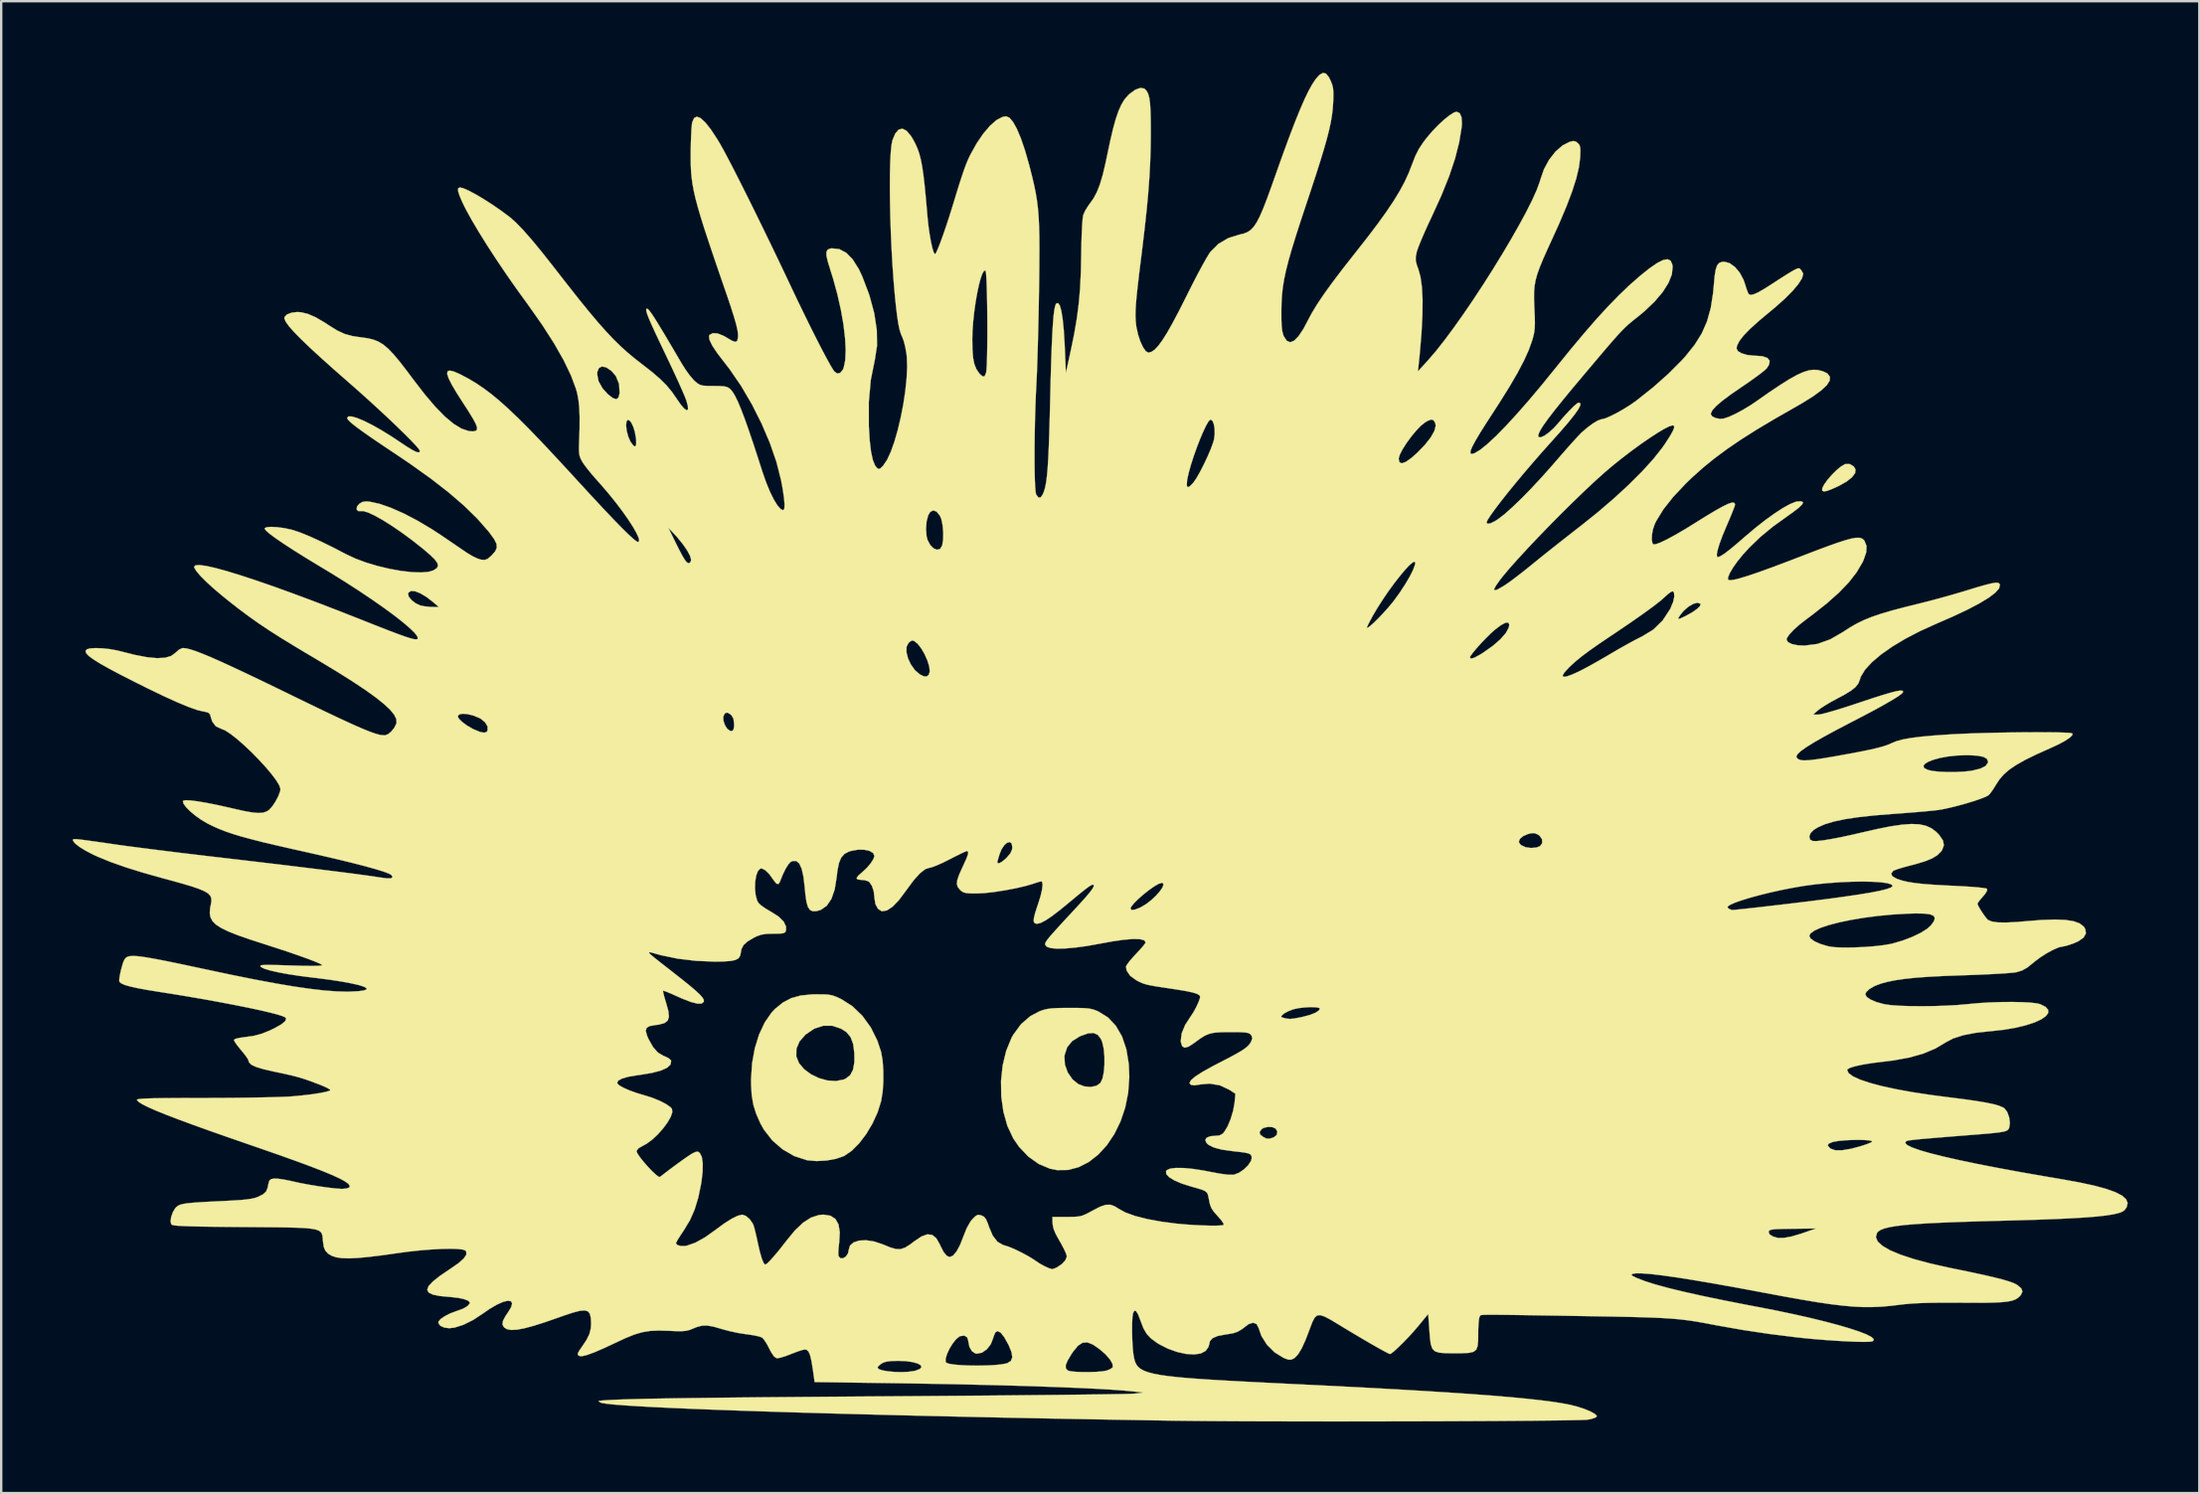
<source format=kicad_pcb>
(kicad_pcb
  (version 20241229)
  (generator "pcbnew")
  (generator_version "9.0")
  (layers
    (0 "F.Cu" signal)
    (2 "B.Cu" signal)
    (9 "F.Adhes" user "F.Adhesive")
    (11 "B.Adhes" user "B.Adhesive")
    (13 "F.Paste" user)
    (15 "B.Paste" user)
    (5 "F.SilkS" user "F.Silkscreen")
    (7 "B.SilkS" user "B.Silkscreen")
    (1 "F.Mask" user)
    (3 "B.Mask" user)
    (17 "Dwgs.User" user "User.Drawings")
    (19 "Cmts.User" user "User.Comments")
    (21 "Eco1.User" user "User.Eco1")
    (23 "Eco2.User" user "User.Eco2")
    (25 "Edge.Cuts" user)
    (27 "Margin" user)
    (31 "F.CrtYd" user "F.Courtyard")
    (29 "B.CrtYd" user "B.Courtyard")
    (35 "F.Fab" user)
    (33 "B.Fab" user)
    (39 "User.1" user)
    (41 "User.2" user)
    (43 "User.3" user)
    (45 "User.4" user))
  (footprint "unsafe_rust"
    (layer "F.Cu")
    (at 41.471 30.526)
    (property "Reference" "unsafe_rust" (at 0 0 0) (layer "F.SilkS") (effects (font (size 1.524 1.524) (thickness 0.3))))
    (attr through_hole)
    (fp_poly (pts (xy 33.168 -14.027) (xy 33.244 -13.901) (xy 33.228 -13.75) (xy 33.102 -13.578) (xy 32.879 -13.398) (xy 32.571 -13.222) (xy 32.544 -13.209) (xy 32.251 -13.075) (xy 32.049 -12.999) (xy 31.923 -12.977) (xy 31.855 -13.004) (xy 31.846 -13.016) (xy 31.852 -13.117) (xy 31.935 -13.276) (xy 32.074 -13.469) (xy 32.25 -13.672) (xy 32.442 -13.864) (xy 32.628 -14.019) (xy 32.79 -14.115) (xy 32.816 -14.124) (xy 33.005 -14.125) (xy 33.168 -14.027)) (stroke (width 0.01) (type solid)) (fill yes) (layer "F.SilkS"))
    (fp_poly (pts (xy 0.651 8.671) (xy 0.917 8.679) (xy 1.113 8.696) (xy 1.267 8.727) (xy 1.407 8.775) (xy 1.51 8.819) (xy 1.913 9.069) (xy 2.245 9.421) (xy 2.503 9.867) (xy 2.684 10.403) (xy 2.786 11.021) (xy 2.808 11.557) (xy 2.762 12.219) (xy 2.637 12.846) (xy 2.44 13.429) (xy 2.181 13.958) (xy 1.868 14.424) (xy 1.509 14.817) (xy 1.111 15.128) (xy 0.685 15.346) (xy 0.237 15.463) (xy -0.224 15.468) (xy -0.516 15.41) (xy -0.987 15.213) (xy -1.425 14.902) (xy -1.814 14.491) (xy -2.053 14.144) (xy -2.3 13.621) (xy -2.468 13.025) (xy -2.558 12.385) (xy -2.568 11.727) (xy -2.499 11.079) (xy -2.411 10.713) (xy 0.088 10.713) (xy 0.109 11.045) (xy 0.228 11.376) (xy 0.427 11.664) (xy 0.667 11.861) (xy 0.926 11.961) (xy 1.194 11.984) (xy 1.432 11.933) (xy 1.597 11.816) (xy 1.682 11.637) (xy 1.739 11.369) (xy 1.767 11.047) (xy 1.766 10.706) (xy 1.736 10.38) (xy 1.674 10.104) (xy 1.624 9.979) (xy 1.49 9.802) (xy 1.312 9.722) (xy 1.076 9.738) (xy 0.768 9.847) (xy 0.724 9.868) (xy 0.408 10.066) (xy 0.202 10.322) (xy 0.097 10.647) (xy 0.088 10.713) (xy -2.411 10.713) (xy -2.351 10.467) (xy -2.125 9.918) (xy -2.056 9.796) (xy -1.728 9.349) (xy -1.337 9.012) (xy -0.963 8.815) (xy -0.799 8.756) (xy -0.636 8.715) (xy -0.445 8.69) (xy -0.197 8.676) (xy 0.138 8.67) (xy 0.286 8.67) (xy 0.651 8.671)) (stroke (width 0.01) (type solid)) (fill yes) (layer "F.SilkS"))
    (fp_poly (pts (xy -10.016 8.101) (xy -9.8 8.115) (xy -9.628 8.148) (xy -9.46 8.209) (xy -9.26 8.303) (xy -8.796 8.6) (xy -8.38 9) (xy -8.027 9.486) (xy -7.751 10.04) (xy -7.593 10.518) (xy -7.532 10.87) (xy -7.501 11.298) (xy -7.5 11.755) (xy -7.53 12.194) (xy -7.591 12.568) (xy -7.592 12.573) (xy -7.739 13.044) (xy -7.953 13.513) (xy -8.215 13.954) (xy -8.511 14.343) (xy -8.823 14.657) (xy -9.135 14.871) (xy -9.156 14.882) (xy -9.486 14.996) (xy -9.885 15.068) (xy -10.3 15.09) (xy -10.679 15.057) (xy -10.72 15.049) (xy -11.241 14.877) (xy -11.726 14.596) (xy -12.155 14.223) (xy -12.505 13.775) (xy -12.656 13.505) (xy -12.833 13.101) (xy -12.95 12.723) (xy -13.017 12.328) (xy -13.043 11.87) (xy -13.044 11.652) (xy -13.001 10.992) (xy -12.947 10.694) (xy -11.149 10.694) (xy -11.148 10.702) (xy -11.035 10.984) (xy -10.821 11.237) (xy -10.534 11.451) (xy -10.199 11.613) (xy -9.842 11.712) (xy -9.49 11.736) (xy -9.167 11.674) (xy -9.081 11.636) (xy -8.891 11.489) (xy -8.771 11.263) (xy -8.714 10.947) (xy -8.716 10.564) (xy -8.765 10.184) (xy -8.87 9.9) (xy -9.043 9.689) (xy -9.27 9.541) (xy -9.643 9.418) (xy -10.022 9.419) (xy -10.397 9.542) (xy -10.755 9.785) (xy -10.763 9.792) (xy -11.013 10.076) (xy -11.143 10.38) (xy -11.149 10.694) (xy -12.947 10.694) (xy -12.887 10.362) (xy -12.707 9.783) (xy -12.469 9.276) (xy -12.18 8.859) (xy -12.038 8.71) (xy -11.708 8.443) (xy -11.358 8.259) (xy -10.958 8.15) (xy -10.481 8.103) (xy -10.317 8.1) (xy -10.016 8.101)) (stroke (width 0.01) (type solid)) (fill yes) (layer "F.SilkS"))
    (fp_poly (pts (xy 11.05 -30.491) (xy 11.171 -30.344) (xy 11.251 -30.184) (xy 11.312 -30.026) (xy 11.348 -29.87) (xy 11.362 -29.68) (xy 11.358 -29.418) (xy 11.35 -29.247) (xy 11.331 -28.991) (xy 11.299 -28.727) (xy 11.25 -28.443) (xy 11.181 -28.126) (xy 11.089 -27.762) (xy 10.969 -27.34) (xy 10.819 -26.845) (xy 10.635 -26.266) (xy 10.413 -25.59) (xy 10.23 -25.039) (xy 9.985 -24.3) (xy 9.781 -23.665) (xy 9.613 -23.12) (xy 9.479 -22.649) (xy 9.375 -22.239) (xy 9.297 -21.873) (xy 9.242 -21.538) (xy 9.207 -21.218) (xy 9.188 -20.899) (xy 9.181 -20.574) (xy 9.182 -20.192) (xy 9.193 -19.912) (xy 9.216 -19.709) (xy 9.253 -19.557) (xy 9.284 -19.479) (xy 9.407 -19.293) (xy 9.551 -19.232) (xy 9.717 -19.296) (xy 9.902 -19.484) (xy 10.108 -19.796) (xy 10.285 -20.131) (xy 10.461 -20.461) (xy 10.686 -20.831) (xy 10.968 -21.25) (xy 11.314 -21.729) (xy 11.731 -22.28) (xy 12.227 -22.912) (xy 12.244 -22.934) (xy 12.764 -23.595) (xy 13.205 -24.176) (xy 13.575 -24.69) (xy 13.884 -25.149) (xy 14.138 -25.566) (xy 14.347 -25.953) (xy 14.518 -26.325) (xy 14.653 -26.673) (xy 14.795 -27.037) (xy 14.945 -27.334) (xy 15.137 -27.622) (xy 15.277 -27.806) (xy 15.51 -28.079) (xy 15.761 -28.339) (xy 16.01 -28.568) (xy 16.237 -28.748) (xy 16.42 -28.862) (xy 16.524 -28.892) (xy 16.654 -28.836) (xy 16.729 -28.67) (xy 16.748 -28.403) (xy 16.735 -28.232) (xy 16.632 -27.606) (xy 16.46 -26.93) (xy 16.214 -26.195) (xy 15.889 -25.387) (xy 15.49 -24.511) (xy 15.312 -24.132) (xy 15.15 -23.77) (xy 15.013 -23.448) (xy 14.911 -23.19) (xy 14.855 -23.019) (xy 14.851 -23.006) (xy 14.813 -22.805) (xy 14.813 -22.646) (xy 14.857 -22.47) (xy 14.917 -22.308) (xy 15.011 -21.972) (xy 15.071 -21.54) (xy 15.099 -21.006) (xy 15.092 -20.366) (xy 15.053 -19.616) (xy 14.98 -18.749) (xy 14.943 -18.386) (xy 14.903 -18.008) (xy 15.334 -18.482) (xy 15.659 -18.86) (xy 16.018 -19.315) (xy 16.404 -19.835) (xy 16.808 -20.405) (xy 17.222 -21.012) (xy 17.637 -21.643) (xy 18.045 -22.285) (xy 18.437 -22.924) (xy 18.806 -23.546) (xy 19.143 -24.138) (xy 19.44 -24.687) (xy 19.688 -25.18) (xy 19.879 -25.602) (xy 20.005 -25.941) (xy 20.031 -26.035) (xy 20.183 -26.475) (xy 20.401 -26.878) (xy 20.668 -27.221) (xy 20.967 -27.481) (xy 21.254 -27.627) (xy 21.416 -27.666) (xy 21.526 -27.64) (xy 21.602 -27.581) (xy 21.667 -27.509) (xy 21.702 -27.417) (xy 21.714 -27.273) (xy 21.706 -27.046) (xy 21.701 -26.955) (xy 21.65 -26.559) (xy 21.539 -26.094) (xy 21.366 -25.553) (xy 21.129 -24.927) (xy 20.825 -24.209) (xy 20.588 -23.686) (xy 20.349 -23.164) (xy 20.159 -22.737) (xy 20.013 -22.384) (xy 19.907 -22.088) (xy 19.835 -21.826) (xy 19.792 -21.581) (xy 19.772 -21.331) (xy 19.77 -21.058) (xy 19.781 -20.741) (xy 19.785 -20.66) (xy 19.801 -20.291) (xy 19.806 -20.017) (xy 19.797 -19.806) (xy 19.774 -19.626) (xy 19.732 -19.447) (xy 19.688 -19.295) (xy 19.549 -18.906) (xy 19.348 -18.461) (xy 19.08 -17.951) (xy 18.74 -17.367) (xy 18.323 -16.7) (xy 18.118 -16.383) (xy 17.782 -15.865) (xy 17.516 -15.443) (xy 17.319 -15.112) (xy 17.186 -14.863) (xy 17.114 -14.691) (xy 17.101 -14.589) (xy 17.143 -14.549) (xy 17.237 -14.566) (xy 17.297 -14.59) (xy 17.527 -14.731) (xy 17.824 -14.971) (xy 18.181 -15.304) (xy 18.594 -15.725) (xy 19.056 -16.229) (xy 19.564 -16.809) (xy 20.11 -17.459) (xy 20.627 -18.096) (xy 21.269 -18.889) (xy 21.851 -19.585) (xy 22.382 -20.197) (xy 22.874 -20.733) (xy 23.334 -21.206) (xy 23.774 -21.626) (xy 24.202 -22.002) (xy 24.217 -22.015) (xy 24.613 -22.332) (xy 24.934 -22.553) (xy 25.184 -22.678) (xy 25.369 -22.709) (xy 25.494 -22.648) (xy 25.563 -22.495) (xy 25.579 -22.392) (xy 25.546 -22.074) (xy 25.405 -21.718) (xy 25.162 -21.334) (xy 24.824 -20.935) (xy 24.401 -20.531) (xy 24.137 -20.313) (xy 23.976 -20.186) (xy 23.836 -20.072) (xy 23.707 -19.961) (xy 23.578 -19.841) (xy 23.44 -19.701) (xy 23.281 -19.531) (xy 23.092 -19.318) (xy 22.862 -19.053) (xy 22.581 -18.723) (xy 22.239 -18.318) (xy 21.84 -17.846) (xy 21.35 -17.262) (xy 20.942 -16.765) (xy 20.61 -16.351) (xy 20.351 -16.012) (xy 20.159 -15.743) (xy 20.031 -15.538) (xy 19.962 -15.39) (xy 19.947 -15.294) (xy 19.966 -15.256) (xy 20.058 -15.246) (xy 20.21 -15.317) (xy 20.397 -15.451) (xy 20.597 -15.633) (xy 20.741 -15.79) (xy 21.012 -16.104) (xy 21.251 -16.365) (xy 21.446 -16.558) (xy 21.585 -16.673) (xy 21.645 -16.701) (xy 21.713 -16.67) (xy 21.706 -16.577) (xy 21.622 -16.415) (xy 21.457 -16.183) (xy 21.209 -15.874) (xy 20.875 -15.485) (xy 20.491 -15.056) (xy 20.103 -14.622) (xy 19.716 -14.178) (xy 19.34 -13.737) (xy 18.983 -13.309) (xy 18.656 -12.907) (xy 18.367 -12.541) (xy 18.126 -12.223) (xy 17.942 -11.966) (xy 17.823 -11.779) (xy 17.78 -11.675) (xy 17.78 -11.674) (xy 17.826 -11.621) (xy 17.952 -11.644) (xy 18.139 -11.736) (xy 18.263 -11.816) (xy 18.532 -12.023) (xy 18.863 -12.318) (xy 19.244 -12.684) (xy 19.66 -13.109) (xy 20.097 -13.579) (xy 20.541 -14.078) (xy 20.639 -14.192) (xy 20.917 -14.513) (xy 21.182 -14.815) (xy 21.42 -15.08) (xy 21.612 -15.29) (xy 21.741 -15.425) (xy 21.757 -15.44) (xy 21.993 -15.645) (xy 22.227 -15.819) (xy 22.433 -15.944) (xy 22.582 -16) (xy 22.601 -16.002) (xy 22.744 -16.036) (xy 22.965 -16.129) (xy 23.236 -16.265) (xy 23.529 -16.432) (xy 23.818 -16.614) (xy 24.053 -16.779) (xy 24.755 -17.336) (xy 25.401 -17.909) (xy 25.963 -18.473) (xy 26.111 -18.637) (xy 26.5 -19.122) (xy 26.8 -19.602) (xy 27.021 -20.106) (xy 27.176 -20.662) (xy 27.275 -21.297) (xy 27.306 -21.629) (xy 27.34 -22.007) (xy 27.384 -22.276) (xy 27.444 -22.452) (xy 27.528 -22.554) (xy 27.644 -22.599) (xy 27.741 -22.606) (xy 27.965 -22.547) (xy 28.188 -22.387) (xy 28.39 -22.147) (xy 28.549 -21.851) (xy 28.608 -21.684) (xy 28.673 -21.475) (xy 28.733 -21.315) (xy 28.768 -21.249) (xy 28.846 -21.215) (xy 28.976 -21.239) (xy 29.171 -21.326) (xy 29.441 -21.482) (xy 29.798 -21.71) (xy 29.802 -21.713) (xy 30.079 -21.893) (xy 30.336 -22.056) (xy 30.546 -22.185) (xy 30.678 -22.261) (xy 30.818 -22.326) (xy 30.896 -22.327) (xy 30.959 -22.264) (xy 30.968 -22.252) (xy 31.035 -22.141) (xy 31.052 -22.09) (xy 30.999 -21.908) (xy 30.847 -21.668) (xy 30.604 -21.38) (xy 30.278 -21.052) (xy 29.876 -20.694) (xy 29.657 -20.512) (xy 29.188 -20.12) (xy 28.821 -19.788) (xy 28.551 -19.509) (xy 28.372 -19.276) (xy 28.277 -19.083) (xy 28.258 -18.967) (xy 28.316 -18.859) (xy 28.474 -18.766) (xy 28.702 -18.699) (xy 28.974 -18.669) (xy 29.013 -18.669) (xy 29.34 -18.645) (xy 29.551 -18.574) (xy 29.645 -18.456) (xy 29.621 -18.293) (xy 29.524 -18.139) (xy 29.429 -18.049) (xy 29.248 -17.906) (xy 29.001 -17.724) (xy 28.71 -17.518) (xy 28.473 -17.357) (xy 28.008 -17.037) (xy 27.651 -16.77) (xy 27.398 -16.551) (xy 27.242 -16.377) (xy 27.18 -16.243) (xy 27.178 -16.22) (xy 27.234 -16.126) (xy 27.376 -16.055) (xy 27.56 -16.02) (xy 27.71 -16.029) (xy 27.925 -16.099) (xy 28.21 -16.229) (xy 28.535 -16.404) (xy 28.869 -16.607) (xy 29.083 -16.752) (xy 29.625 -17.132) (xy 30.081 -17.437) (xy 30.461 -17.676) (xy 30.778 -17.853) (xy 31.043 -17.975) (xy 31.269 -18.047) (xy 31.468 -18.077) (xy 31.651 -18.07) (xy 31.667 -18.067) (xy 31.873 -18.015) (xy 32.046 -17.935) (xy 32.074 -17.914) (xy 32.171 -17.781) (xy 32.162 -17.622) (xy 32.043 -17.435) (xy 31.813 -17.217) (xy 31.468 -16.965) (xy 31.007 -16.678) (xy 30.709 -16.506) (xy 29.857 -16.02) (xy 29.108 -15.573) (xy 28.448 -15.155) (xy 27.862 -14.756) (xy 27.336 -14.366) (xy 26.856 -13.975) (xy 26.406 -13.573) (xy 26.134 -13.311) (xy 25.603 -12.748) (xy 25.19 -12.225) (xy 24.892 -11.738) (xy 24.825 -11.601) (xy 24.754 -11.391) (xy 24.713 -11.162) (xy 24.705 -10.954) (xy 24.734 -10.805) (xy 24.767 -10.762) (xy 24.87 -10.765) (xy 25.067 -10.836) (xy 25.346 -10.97) (xy 25.699 -11.161) (xy 26.114 -11.404) (xy 26.485 -11.634) (xy 26.974 -11.939) (xy 27.368 -12.175) (xy 27.674 -12.346) (xy 27.901 -12.456) (xy 28.057 -12.508) (xy 28.151 -12.506) (xy 28.191 -12.455) (xy 28.194 -12.425) (xy 28.17 -12.338) (xy 28.102 -12.16) (xy 28.002 -11.913) (xy 27.878 -11.621) (xy 27.838 -11.529) (xy 27.668 -11.122) (xy 27.541 -10.776) (xy 27.46 -10.504) (xy 27.429 -10.318) (xy 27.452 -10.23) (xy 27.471 -10.224) (xy 27.576 -10.259) (xy 27.748 -10.368) (xy 27.992 -10.555) (xy 28.316 -10.825) (xy 28.607 -11.078) (xy 29.032 -11.438) (xy 29.449 -11.766) (xy 29.844 -12.051) (xy 30.2 -12.283) (xy 30.503 -12.45) (xy 30.735 -12.543) (xy 30.797 -12.556) (xy 30.974 -12.563) (xy 31.045 -12.524) (xy 31.009 -12.434) (xy 30.864 -12.292) (xy 30.608 -12.096) (xy 30.401 -11.95) (xy 29.779 -11.501) (xy 29.25 -11.065) (xy 28.784 -10.615) (xy 28.526 -10.332) (xy 28.297 -10.05) (xy 28.109 -9.784) (xy 27.973 -9.553) (xy 27.902 -9.377) (xy 27.903 -9.279) (xy 27.976 -9.255) (xy 28.142 -9.274) (xy 28.403 -9.339) (xy 28.763 -9.449) (xy 29.226 -9.607) (xy 29.796 -9.814) (xy 30.476 -10.07) (xy 30.929 -10.244) (xy 31.545 -10.481) (xy 32.054 -10.672) (xy 32.469 -10.82) (xy 32.799 -10.927) (xy 33.056 -10.998) (xy 33.252 -11.033) (xy 33.396 -11.037) (xy 33.501 -11.011) (xy 33.578 -10.958) (xy 33.62 -10.908) (xy 33.706 -10.693) (xy 33.693 -10.427) (xy 33.58 -10.098) (xy 33.53 -9.994) (xy 33.289 -9.586) (xy 32.966 -9.171) (xy 32.553 -8.741) (xy 32.042 -8.285) (xy 31.423 -7.797) (xy 31.198 -7.63) (xy 30.897 -7.396) (xy 30.648 -7.173) (xy 30.466 -6.977) (xy 30.366 -6.826) (xy 30.353 -6.771) (xy 30.412 -6.664) (xy 30.576 -6.581) (xy 30.823 -6.529) (xy 31.109 -6.516) (xy 31.646 -6.585) (xy 32.185 -6.778) (xy 32.707 -7.079) (xy 32.999 -7.27) (xy 33.287 -7.435) (xy 33.588 -7.582) (xy 33.922 -7.718) (xy 34.306 -7.849) (xy 34.76 -7.983) (xy 35.303 -8.127) (xy 35.941 -8.285) (xy 36.349 -8.388) (xy 36.826 -8.516) (xy 37.318 -8.654) (xy 37.772 -8.788) (xy 37.878 -8.82) (xy 38.326 -8.957) (xy 38.668 -9.055) (xy 38.919 -9.119) (xy 39.092 -9.15) (xy 39.203 -9.15) (xy 39.265 -9.122) (xy 39.293 -9.069) (xy 39.295 -9.06) (xy 39.26 -8.913) (xy 39.104 -8.735) (xy 38.831 -8.526) (xy 38.443 -8.29) (xy 37.942 -8.026) (xy 37.331 -7.738) (xy 36.639 -7.437) (xy 35.961 -7.13) (xy 35.341 -6.808) (xy 34.79 -6.478) (xy 34.317 -6.146) (xy 33.932 -5.82) (xy 33.645 -5.508) (xy 33.467 -5.216) (xy 33.423 -5.084) (xy 33.359 -4.923) (xy 33.238 -4.772) (xy 33.042 -4.617) (xy 32.754 -4.443) (xy 32.512 -4.315) (xy 32.234 -4.165) (xy 31.974 -4.012) (xy 31.769 -3.878) (xy 31.686 -3.815) (xy 31.464 -3.625) (xy 31.686 -3.622) (xy 31.806 -3.641) (xy 32.027 -3.697) (xy 32.33 -3.783) (xy 32.694 -3.894) (xy 33.1 -4.025) (xy 33.409 -4.128) (xy 33.948 -4.308) (xy 34.379 -4.445) (xy 34.71 -4.543) (xy 34.952 -4.604) (xy 35.115 -4.63) (xy 35.208 -4.623) (xy 35.242 -4.586) (xy 35.242 -4.578) (xy 35.185 -4.504) (xy 35.015 -4.38) (xy 34.735 -4.207) (xy 34.349 -3.986) (xy 33.859 -3.72) (xy 33.267 -3.409) (xy 33.109 -3.328) (xy 32.465 -2.992) (xy 31.932 -2.704) (xy 31.505 -2.46) (xy 31.18 -2.258) (xy 30.951 -2.095) (xy 30.815 -1.967) (xy 30.765 -1.871) (xy 30.774 -1.828) (xy 30.835 -1.762) (xy 30.93 -1.72) (xy 31.075 -1.703) (xy 31.286 -1.711) (xy 31.578 -1.745) (xy 31.966 -1.804) (xy 32.371 -1.873) (xy 32.975 -1.982) (xy 33.468 -2.075) (xy 33.865 -2.157) (xy 34.178 -2.23) (xy 34.424 -2.298) (xy 34.616 -2.365) (xy 34.762 -2.429) (xy 34.965 -2.512) (xy 35.23 -2.583) (xy 35.568 -2.644) (xy 35.992 -2.698) (xy 36.514 -2.746) (xy 37.148 -2.789) (xy 37.34 -2.801) (xy 37.754 -2.821) (xy 38.22 -2.839) (xy 38.724 -2.854) (xy 39.248 -2.866) (xy 39.778 -2.875) (xy 40.297 -2.881) (xy 40.791 -2.883) (xy 41.242 -2.882) (xy 41.636 -2.878) (xy 41.957 -2.87) (xy 42.188 -2.859) (xy 42.315 -2.843) (xy 42.333 -2.836) (xy 42.33 -2.761) (xy 42.218 -2.652) (xy 42.009 -2.515) (xy 41.715 -2.359) (xy 41.402 -2.215) (xy 40.828 -1.958) (xy 40.361 -1.729) (xy 39.986 -1.518) (xy 39.689 -1.317) (xy 39.456 -1.114) (xy 39.272 -0.901) (xy 39.13 -0.683) (xy 39.007 -0.484) (xy 38.888 -0.32) (xy 38.822 -0.247) (xy 38.699 -0.179) (xy 38.478 -0.092) (xy 38.187 0.007) (xy 37.853 0.108) (xy 37.501 0.204) (xy 37.16 0.288) (xy 36.855 0.352) (xy 36.689 0.378) (xy 36.474 0.402) (xy 36.161 0.432) (xy 35.777 0.466) (xy 35.35 0.5) (xy 34.907 0.533) (xy 34.815 0.539) (xy 34.031 0.602) (xy 33.364 0.675) (xy 32.803 0.759) (xy 32.34 0.858) (xy 31.963 0.971) (xy 31.664 1.103) (xy 31.494 1.208) (xy 31.355 1.35) (xy 31.305 1.497) (xy 31.345 1.617) (xy 31.443 1.672) (xy 31.593 1.679) (xy 31.851 1.653) (xy 32.206 1.596) (xy 32.645 1.512) (xy 33.153 1.401) (xy 33.465 1.328) (xy 34.144 1.173) (xy 34.717 1.059) (xy 35.195 0.989) (xy 35.592 0.961) (xy 35.919 0.976) (xy 36.191 1.035) (xy 36.42 1.137) (xy 36.618 1.284) (xy 36.751 1.421) (xy 36.908 1.648) (xy 36.947 1.852) (xy 36.872 2.053) (xy 36.824 2.12) (xy 36.671 2.271) (xy 36.457 2.402) (xy 36.162 2.523) (xy 35.768 2.642) (xy 35.558 2.696) (xy 35.28 2.77) (xy 35.043 2.841) (xy 34.878 2.899) (xy 34.82 2.929) (xy 34.74 3.042) (xy 34.784 3.147) (xy 34.954 3.249) (xy 34.985 3.261) (xy 35.19 3.331) (xy 35.436 3.389) (xy 35.738 3.437) (xy 36.112 3.478) (xy 36.576 3.512) (xy 37.145 3.543) (xy 37.362 3.553) (xy 37.766 3.574) (xy 38.126 3.597) (xy 38.422 3.623) (xy 38.634 3.648) (xy 38.744 3.671) (xy 38.753 3.676) (xy 38.758 3.76) (xy 38.663 3.909) (xy 38.586 3.998) (xy 38.457 4.149) (xy 38.373 4.265) (xy 38.354 4.306) (xy 38.389 4.395) (xy 38.475 4.546) (xy 38.587 4.719) (xy 38.7 4.875) (xy 38.787 4.975) (xy 38.803 4.988) (xy 38.968 5.052) (xy 39.216 5.087) (xy 39.557 5.092) (xy 40.003 5.07) (xy 40.385 5.037) (xy 41.051 4.984) (xy 41.601 4.966) (xy 42.044 4.983) (xy 42.388 5.038) (xy 42.64 5.13) (xy 42.808 5.261) (xy 42.874 5.366) (xy 42.899 5.552) (xy 42.8 5.724) (xy 42.579 5.879) (xy 42.386 5.964) (xy 42.176 6.036) (xy 42.002 6.084) (xy 41.923 6.096) (xy 41.759 6.133) (xy 41.527 6.233) (xy 41.26 6.378) (xy 40.988 6.551) (xy 40.744 6.735) (xy 40.691 6.78) (xy 40.443 6.979) (xy 40.226 7.101) (xy 39.992 7.173) (xy 39.843 7.193) (xy 39.586 7.215) (xy 39.241 7.238) (xy 38.827 7.26) (xy 38.364 7.281) (xy 37.871 7.299) (xy 37.751 7.303) (xy 36.983 7.33) (xy 36.328 7.364) (xy 35.771 7.404) (xy 35.299 7.454) (xy 34.898 7.513) (xy 34.554 7.584) (xy 34.315 7.649) (xy 34.046 7.752) (xy 33.83 7.877) (xy 33.692 8.007) (xy 33.655 8.102) (xy 33.715 8.211) (xy 33.879 8.323) (xy 34.127 8.427) (xy 34.437 8.512) (xy 34.472 8.519) (xy 34.737 8.555) (xy 35.102 8.581) (xy 35.543 8.595) (xy 36.032 8.599) (xy 36.545 8.593) (xy 37.055 8.575) (xy 37.537 8.548) (xy 37.964 8.51) (xy 37.973 8.509) (xy 38.406 8.469) (xy 38.87 8.441) (xy 39.341 8.425) (xy 39.797 8.421) (xy 40.214 8.429) (xy 40.57 8.448) (xy 40.841 8.479) (xy 40.983 8.513) (xy 41.21 8.627) (xy 41.319 8.752) (xy 41.319 8.884) (xy 41.217 9.02) (xy 41.022 9.153) (xy 40.741 9.281) (xy 40.384 9.398) (xy 39.959 9.501) (xy 39.473 9.584) (xy 38.934 9.644) (xy 38.868 9.649) (xy 38.266 9.716) (xy 37.752 9.817) (xy 37.338 9.95) (xy 37.052 10.099) (xy 36.597 10.369) (xy 36.088 10.584) (xy 35.506 10.749) (xy 34.831 10.872) (xy 34.417 10.923) (xy 33.961 10.979) (xy 33.567 11.042) (xy 33.251 11.109) (xy 33.027 11.176) (xy 32.908 11.241) (xy 32.893 11.272) (xy 32.955 11.404) (xy 33.138 11.539) (xy 33.435 11.676) (xy 33.839 11.812) (xy 34.343 11.947) (xy 34.942 12.077) (xy 35.629 12.202) (xy 36.397 12.319) (xy 37.116 12.412) (xy 37.755 12.493) (xy 38.278 12.567) (xy 38.695 12.636) (xy 39.018 12.703) (xy 39.256 12.77) (xy 39.42 12.839) (xy 39.488 12.882) (xy 39.603 13.034) (xy 39.683 13.257) (xy 39.714 13.496) (xy 39.685 13.691) (xy 39.659 13.747) (xy 39.618 13.793) (xy 39.547 13.83) (xy 39.431 13.861) (xy 39.256 13.889) (xy 39.005 13.918) (xy 38.663 13.949) (xy 38.217 13.985) (xy 38.005 14.002) (xy 37.354 14.053) (xy 36.819 14.097) (xy 36.388 14.133) (xy 36.051 14.162) (xy 35.795 14.187) (xy 35.61 14.208) (xy 35.485 14.225) (xy 35.409 14.241) (xy 35.369 14.256) (xy 35.369 14.256) (xy 35.326 14.329) (xy 35.406 14.416) (xy 35.608 14.517) (xy 35.927 14.631) (xy 36.361 14.758) (xy 36.909 14.896) (xy 37.566 15.045) (xy 38.331 15.206) (xy 39.201 15.375) (xy 40.173 15.555) (xy 41.245 15.742) (xy 41.846 15.844) (xy 42.6 15.98) (xy 43.229 16.115) (xy 43.739 16.252) (xy 44.132 16.392) (xy 44.413 16.537) (xy 44.583 16.688) (xy 44.648 16.847) (xy 44.61 17.017) (xy 44.529 17.136) (xy 44.44 17.204) (xy 44.287 17.265) (xy 44.063 17.319) (xy 43.762 17.368) (xy 43.378 17.412) (xy 42.903 17.451) (xy 42.331 17.486) (xy 41.656 17.518) (xy 40.871 17.547) (xy 39.969 17.574) (xy 39.434 17.588) (xy 38.474 17.614) (xy 37.634 17.64) (xy 36.906 17.668) (xy 36.282 17.698) (xy 35.755 17.732) (xy 35.316 17.769) (xy 34.96 17.811) (xy 34.677 17.859) (xy 34.461 17.912) (xy 34.304 17.972) (xy 34.198 18.04) (xy 34.143 18.104) (xy 34.097 18.282) (xy 34.176 18.464) (xy 34.377 18.647) (xy 34.697 18.832) (xy 35.135 19.015) (xy 35.687 19.197) (xy 36.353 19.376) (xy 37.128 19.552) (xy 37.306 19.588) (xy 37.991 19.729) (xy 38.559 19.851) (xy 39.022 19.957) (xy 39.388 20.049) (xy 39.667 20.131) (xy 39.869 20.203) (xy 40.003 20.27) (xy 40.019 20.28) (xy 40.188 20.423) (xy 40.239 20.556) (xy 40.177 20.698) (xy 40.134 20.748) (xy 40.046 20.829) (xy 39.939 20.893) (xy 39.799 20.943) (xy 39.612 20.98) (xy 39.363 21.005) (xy 39.041 21.021) (xy 38.629 21.029) (xy 38.115 21.03) (xy 37.656 21.027) (xy 37.005 21.025) (xy 36.463 21.029) (xy 36.012 21.041) (xy 35.632 21.06) (xy 35.306 21.088) (xy 35.115 21.11) (xy 34.712 21.159) (xy 34.327 21.193) (xy 33.947 21.209) (xy 33.558 21.209) (xy 33.145 21.189) (xy 32.693 21.148) (xy 32.189 21.087) (xy 31.617 21.002) (xy 30.964 20.893) (xy 30.216 20.759) (xy 29.401 20.607) (xy 28.314 20.404) (xy 27.35 20.231) (xy 26.506 20.087) (xy 25.782 19.971) (xy 25.174 19.885) (xy 24.683 19.826) (xy 24.306 19.797) (xy 24.042 19.795) (xy 23.895 19.819) (xy 23.85 19.854) (xy 23.899 19.904) (xy 24.053 19.98) (xy 24.075 19.99) (xy 24.411 20.12) (xy 24.844 20.258) (xy 25.38 20.405) (xy 26.023 20.562) (xy 26.777 20.731) (xy 27.646 20.912) (xy 28.635 21.107) (xy 29.179 21.21) (xy 29.955 21.362) (xy 30.686 21.516) (xy 31.365 21.669) (xy 31.984 21.821) (xy 32.535 21.968) (xy 33.011 22.108) (xy 33.403 22.238) (xy 33.705 22.357) (xy 33.908 22.462) (xy 34.005 22.551) (xy 33.987 22.622) (xy 33.94 22.647) (xy 33.82 22.664) (xy 33.593 22.669) (xy 33.277 22.663) (xy 32.894 22.647) (xy 32.46 22.623) (xy 31.997 22.591) (xy 31.523 22.553) (xy 31.057 22.508) (xy 30.766 22.477) (xy 29.612 22.333) (xy 28.526 22.17) (xy 27.451 21.981) (xy 27.241 21.941) (xy 26.927 21.881) (xy 26.64 21.83) (xy 26.366 21.786) (xy 26.093 21.749) (xy 25.809 21.718) (xy 25.499 21.692) (xy 25.151 21.67) (xy 24.753 21.651) (xy 24.291 21.636) (xy 23.752 21.622) (xy 23.123 21.609) (xy 22.392 21.596) (xy 21.654 21.584) (xy 20.831 21.57) (xy 20.126 21.559) (xy 19.53 21.55) (xy 19.033 21.542) (xy 18.627 21.537) (xy 18.301 21.533) (xy 18.047 21.531) (xy 17.856 21.532) (xy 17.719 21.534) (xy 17.625 21.538) (xy 17.567 21.545) (xy 17.534 21.553) (xy 17.518 21.563) (xy 17.51 21.576) (xy 17.5 21.591) (xy 17.497 21.594) (xy 17.468 21.684) (xy 17.446 21.871) (xy 17.433 22.126) (xy 17.431 22.289) (xy 17.428 22.614) (xy 17.406 22.843) (xy 17.348 22.995) (xy 17.233 23.085) (xy 17.045 23.129) (xy 16.763 23.144) (xy 16.446 23.146) (xy 16.071 23.143) (xy 15.803 23.122) (xy 15.623 23.066) (xy 15.511 22.957) (xy 15.446 22.777) (xy 15.409 22.508) (xy 15.385 22.194) (xy 15.335 21.497) (xy 14.946 21.972) (xy 14.744 22.209) (xy 14.519 22.456) (xy 14.292 22.692) (xy 14.08 22.9) (xy 13.902 23.062) (xy 13.777 23.159) (xy 13.733 23.177) (xy 13.655 23.146) (xy 13.485 23.057) (xy 13.239 22.921) (xy 12.933 22.747) (xy 12.583 22.543) (xy 12.206 22.319) (xy 11.816 22.085) (xy 11.592 21.948) (xy 11.25 21.742) (xy 10.997 21.608) (xy 10.812 21.547) (xy 10.677 21.563) (xy 10.573 21.659) (xy 10.481 21.836) (xy 10.381 22.097) (xy 10.375 22.116) (xy 10.194 22.589) (xy 10.031 22.945) (xy 9.881 23.193) (xy 9.739 23.341) (xy 9.703 23.364) (xy 9.587 23.416) (xy 9.478 23.415) (xy 9.322 23.359) (xy 9.265 23.334) (xy 8.896 23.106) (xy 8.581 22.793) (xy 8.347 22.425) (xy 8.228 22.086) (xy 8.145 21.925) (xy 8.003 21.866) (xy 7.827 21.916) (xy 7.755 21.965) (xy 7.529 22.137) (xy 7.346 22.244) (xy 7.155 22.308) (xy 6.905 22.35) (xy 6.85 22.357) (xy 6.517 22.42) (xy 6.298 22.513) (xy 6.184 22.642) (xy 6.16 22.764) (xy 6.115 22.901) (xy 6.008 23.044) (xy 6.003 23.049) (xy 5.803 23.155) (xy 5.523 23.195) (xy 5.184 23.173) (xy 4.812 23.091) (xy 4.431 22.955) (xy 4.064 22.769) (xy 3.955 22.7) (xy 3.71 22.518) (xy 3.535 22.331) (xy 3.4 22.098) (xy 3.278 21.781) (xy 3.27 21.758) (xy 3.172 21.506) (xy 3.087 21.375) (xy 3.016 21.366) (xy 2.962 21.476) (xy 2.939 21.64) (xy 2.926 21.895) (xy 2.924 22.206) (xy 2.931 22.538) (xy 2.947 22.857) (xy 2.972 23.127) (xy 2.983 23.209) (xy 3.009 23.354) (xy 3.043 23.482) (xy 3.092 23.597) (xy 3.163 23.698) (xy 3.264 23.788) (xy 3.401 23.867) (xy 3.582 23.937) (xy 3.815 24) (xy 4.106 24.056) (xy 4.463 24.106) (xy 4.892 24.153) (xy 5.402 24.197) (xy 5.999 24.239) (xy 6.691 24.282) (xy 7.485 24.326) (xy 8.388 24.372) (xy 9.407 24.423) (xy 9.906 24.447) (xy 11.416 24.521) (xy 12.803 24.593) (xy 14.073 24.663) (xy 15.229 24.731) (xy 16.277 24.797) (xy 17.22 24.862) (xy 18.064 24.925) (xy 18.813 24.989) (xy 19.471 25.052) (xy 20.044 25.115) (xy 20.535 25.178) (xy 20.95 25.243) (xy 21.272 25.304) (xy 21.582 25.382) (xy 21.872 25.476) (xy 22.12 25.578) (xy 22.302 25.676) (xy 22.395 25.761) (xy 22.4 25.796) (xy 22.327 25.849) (xy 22.168 25.9) (xy 22.029 25.927) (xy 21.908 25.936) (xy 21.669 25.944) (xy 21.321 25.951) (xy 20.872 25.959) (xy 20.333 25.965) (xy 19.712 25.972) (xy 19.018 25.977) (xy 18.261 25.983) (xy 17.448 25.987) (xy 16.589 25.991) (xy 15.694 25.995) (xy 14.771 25.997) (xy 13.829 25.999) (xy 12.878 26.001) (xy 11.926 26.002) (xy 10.982 26.002) (xy 10.055 26.001) (xy 9.155 25.999) (xy 8.29 25.997) (xy 7.469 25.994) (xy 6.702 25.99) (xy 5.997 25.985) (xy 5.364 25.979) (xy 4.811 25.973) (xy 4.604 25.97) (xy 2.807 25.94) (xy 1.05 25.909) (xy -0.665 25.877) (xy -2.331 25.844) (xy -3.946 25.809) (xy -5.505 25.774) (xy -7.003 25.738) (xy -8.437 25.701) (xy -9.803 25.664) (xy -11.095 25.627) (xy -12.31 25.589) (xy -13.444 25.552) (xy -14.492 25.514) (xy -15.45 25.477) (xy -16.314 25.44) (xy -17.08 25.403) (xy -17.743 25.367) (xy -18.299 25.332) (xy -18.745 25.298) (xy -19.075 25.264) (xy -19.285 25.232) (xy -19.364 25.208) (xy -19.432 25.157) (xy -19.431 25.145) (xy -19.298 25.128) (xy -19.099 25.113) (xy -18.829 25.098) (xy -18.483 25.084) (xy -18.059 25.071) (xy -17.551 25.058) (xy -16.956 25.046) (xy -16.27 25.034) (xy -15.488 25.023) (xy -14.606 25.012) (xy -13.621 25.001) (xy -12.528 24.99) (xy -11.323 24.98) (xy -10.001 24.97) (xy -8.56 24.959) (xy -7.525 24.952) (xy -6.392 24.944) (xy -5.291 24.936) (xy -4.227 24.928) (xy -3.208 24.92) (xy -2.24 24.911) (xy -1.332 24.902) (xy -0.49 24.894) (xy 0.279 24.886) (xy 0.968 24.877) (xy 1.57 24.87) (xy 2.077 24.862) (xy 2.483 24.855) (xy 2.781 24.848) (xy 2.964 24.842) (xy 3.016 24.839) (xy 3.397 24.793) (xy 2.985 24.746) (xy 2.58 24.708) (xy 2.055 24.67) (xy 1.417 24.633) (xy 0.674 24.598) (xy -0.169 24.564) (xy -1.103 24.531) (xy -2.123 24.5) (xy -3.22 24.472) (xy -4.388 24.445) (xy -5.62 24.422) (xy -6.909 24.401) (xy -7.27 24.396) (xy -10.38 24.352) (xy -10.459 23.794) (xy -10.467 23.749) (xy -7.747 23.749) (xy -7.688 23.812) (xy -7.53 23.864) (xy -7.3 23.903) (xy -7.026 23.928) (xy -6.735 23.935) (xy -6.454 23.923) (xy -6.212 23.889) (xy -6.144 23.873) (xy -5.964 23.801) (xy -5.9 23.722) (xy -5.939 23.644) (xy -6.07 23.572) (xy -6.281 23.514) (xy -6.561 23.475) (xy -6.861 23.463) (xy -7.168 23.471) (xy -7.381 23.498) (xy -7.529 23.549) (xy -7.575 23.576) (xy -7.694 23.671) (xy -7.747 23.746) (xy -7.747 23.749) (xy -10.467 23.749) (xy -10.516 23.447) (xy -10.536 23.368) (xy -4.889 23.368) (xy -4.887 23.506) (xy -4.869 23.537) (xy -4.759 23.582) (xy -4.549 23.618) (xy -4.262 23.643) (xy -3.924 23.659) (xy -3.561 23.664) (xy -3.197 23.658) (xy -2.858 23.642) (xy -2.842 23.64) (xy 0.145 23.64) (xy 0.145 23.77) (xy 0.219 23.859) (xy 0.238 23.871) (xy 0.358 23.902) (xy 0.571 23.923) (xy 0.843 23.934) (xy 1.141 23.934) (xy 1.432 23.924) (xy 1.681 23.904) (xy 1.851 23.874) (xy 2.011 23.811) (xy 2.108 23.738) (xy 2.116 23.724) (xy 2.104 23.59) (xy 2.001 23.409) (xy 1.821 23.2) (xy 1.585 22.991) (xy 1.294 22.787) (xy 1.056 22.69) (xy 0.851 22.703) (xy 0.658 22.829) (xy 0.457 23.073) (xy 0.38 23.186) (xy 0.222 23.452) (xy 0.145 23.64) (xy -2.842 23.64) (xy -2.569 23.614) (xy -2.355 23.575) (xy -2.302 23.559) (xy -2.153 23.464) (xy -2.096 23.314) (xy -2.128 23.098) (xy -2.249 22.803) (xy -2.261 22.779) (xy -2.436 22.467) (xy -2.586 22.279) (xy -2.711 22.216) (xy -2.81 22.276) (xy -2.885 22.462) (xy -2.893 22.498) (xy -2.996 22.764) (xy -3.161 22.979) (xy -3.363 23.119) (xy -3.577 23.163) (xy -3.647 23.152) (xy -3.788 23.058) (xy -3.892 22.879) (xy -3.937 22.655) (xy -3.937 22.637) (xy -3.986 22.479) (xy -4.111 22.404) (xy -4.281 22.429) (xy -4.31 22.443) (xy -4.452 22.558) (xy -4.596 22.739) (xy -4.728 22.954) (xy -4.83 23.174) (xy -4.889 23.368) (xy -10.536 23.368) (xy -10.575 23.209) (xy -10.642 23.065) (xy -10.725 22.998) (xy -10.789 22.987) (xy -10.9 23.01) (xy -11.091 23.072) (xy -11.324 23.16) (xy -11.373 23.18) (xy -11.611 23.27) (xy -11.817 23.332) (xy -11.953 23.355) (xy -11.969 23.355) (xy -12.08 23.282) (xy -12.208 23.091) (xy -12.281 22.949) (xy -12.393 22.738) (xy -12.505 22.57) (xy -12.587 22.485) (xy -12.705 22.443) (xy -12.911 22.397) (xy -13.166 22.358) (xy -13.244 22.348) (xy -13.58 22.296) (xy -13.947 22.218) (xy -14.269 22.131) (xy -14.271 22.13) (xy -14.614 22.031) (xy -14.879 21.984) (xy -15.102 21.99) (xy -15.322 22.048) (xy -15.467 22.107) (xy -15.619 22.168) (xy -15.764 22.204) (xy -15.936 22.22) (xy -16.17 22.219) (xy -16.469 22.206) (xy -16.905 22.193) (xy -17.27 22.209) (xy -17.602 22.263) (xy -17.938 22.362) (xy -18.315 22.515) (xy -18.669 22.68) (xy -19.192 22.925) (xy -19.608 23.105) (xy -19.921 23.219) (xy -20.131 23.269) (xy -20.227 23.263) (xy -20.298 23.221) (xy -20.307 23.155) (xy -20.247 23.039) (xy -20.136 22.879) (xy -19.938 22.583) (xy -19.818 22.336) (xy -19.76 22.1) (xy -19.748 21.906) (xy -19.758 21.666) (xy -19.798 21.495) (xy -19.88 21.39) (xy -20.018 21.349) (xy -20.228 21.368) (xy -20.521 21.444) (xy -20.913 21.575) (xy -21.063 21.629) (xy -21.66 21.837) (xy -22.152 21.994) (xy -22.55 22.1) (xy -22.863 22.158) (xy -23.102 22.169) (xy -23.276 22.136) (xy -23.397 22.06) (xy -23.397 22.06) (xy -23.462 21.944) (xy -23.444 21.793) (xy -23.339 21.589) (xy -23.233 21.435) (xy -23.097 21.21) (xy -23.058 21.054) (xy -23.107 20.965) (xy -23.235 20.944) (xy -23.432 20.99) (xy -23.687 21.102) (xy -23.993 21.28) (xy -24.269 21.472) (xy -24.69 21.749) (xy -25.097 21.952) (xy -25.467 22.07) (xy -25.697 22.096) (xy -25.908 22.068) (xy -26.068 21.992) (xy -26.146 21.886) (xy -26.144 21.821) (xy -26.058 21.714) (xy -25.883 21.593) (xy -25.65 21.474) (xy -25.392 21.378) (xy -25.367 21.37) (xy -25.104 21.273) (xy -24.918 21.161) (xy -24.832 21.049) (xy -24.829 21.024) (xy -24.888 20.95) (xy -25.054 20.882) (xy -25.304 20.826) (xy -25.616 20.789) (xy -25.686 20.784) (xy -26.092 20.746) (xy -26.382 20.686) (xy -26.557 20.6) (xy -26.616 20.483) (xy -26.559 20.332) (xy -26.386 20.143) (xy -26.097 19.912) (xy -25.691 19.635) (xy -25.637 19.6) (xy -25.299 19.364) (xy -25.079 19.167) (xy -24.974 19.005) (xy -24.984 18.877) (xy -25.011 18.842) (xy -25.123 18.799) (xy -25.342 18.774) (xy -25.65 18.765) (xy -26.028 18.773) (xy -26.459 18.796) (xy -26.924 18.834) (xy -27.404 18.886) (xy -27.813 18.941) (xy -28.49 19.037) (xy -29.056 19.106) (xy -29.52 19.15) (xy -29.897 19.167) (xy -30.197 19.158) (xy -30.433 19.123) (xy -30.616 19.062) (xy -30.759 18.976) (xy -30.782 18.957) (xy -30.888 18.84) (xy -30.95 18.693) (xy -30.984 18.468) (xy -30.987 18.438) (xy -30.997 18.314) (xy -31.01 18.21) (xy -31.037 18.124) (xy -31.088 18.054) (xy -31.172 17.998) (xy -31.302 17.955) (xy -31.485 17.923) (xy -31.734 17.899) (xy -32.058 17.883) (xy -32.468 17.872) (xy -32.973 17.865) (xy -33.585 17.86) (xy -34.312 17.854) (xy -34.335 17.854) (xy -35.048 17.848) (xy -35.645 17.841) (xy -36.133 17.834) (xy -36.523 17.825) (xy -36.825 17.814) (xy -37.048 17.802) (xy -37.201 17.787) (xy -37.294 17.769) (xy -37.337 17.749) (xy -37.339 17.747) (xy -37.373 17.621) (xy -37.348 17.435) (xy -37.278 17.234) (xy -37.175 17.063) (xy -37.136 17.021) (xy -37.071 16.969) (xy -36.989 16.927) (xy -36.874 16.893) (xy -36.712 16.865) (xy -36.486 16.841) (xy -36.181 16.818) (xy -35.781 16.795) (xy -35.271 16.77) (xy -35.23 16.768) (xy -34.77 16.744) (xy -34.417 16.721) (xy -34.151 16.694) (xy -33.953 16.663) (xy -33.802 16.625) (xy -33.698 16.585) (xy -33.49 16.479) (xy -33.37 16.368) (xy -33.305 16.211) (xy -33.277 16.068) (xy -33.237 15.914) (xy -33.158 15.846) (xy -33.033 15.823) (xy -32.873 15.829) (xy -32.636 15.862) (xy -32.367 15.915) (xy -32.303 15.93) (xy -31.967 16.005) (xy -31.58 16.078) (xy -31.176 16.145) (xy -30.79 16.2) (xy -30.454 16.239) (xy -30.203 16.256) (xy -30.174 16.256) (xy -30.001 16.24) (xy -29.886 16.199) (xy -29.871 16.184) (xy -29.867 16.116) (xy -29.933 16.033) (xy -30.076 15.933) (xy -30.299 15.813) (xy -30.61 15.671) (xy -31.013 15.504) (xy -31.513 15.31) (xy -32.117 15.087) (xy -32.83 14.832) (xy -33.658 14.544) (xy -33.941 14.446) (xy -34.89 14.118) (xy -35.723 13.825) (xy -36.445 13.566) (xy -37.059 13.339) (xy -37.572 13.142) (xy -37.987 12.974) (xy -38.311 12.831) (xy -38.547 12.713) (xy -38.7 12.617) (xy -38.775 12.541) (xy -38.783 12.525) (xy -38.765 12.506) (xy -38.691 12.49) (xy -38.552 12.476) (xy -38.338 12.466) (xy -38.042 12.457) (xy -37.653 12.452) (xy -37.163 12.448) (xy -36.563 12.445) (xy -35.962 12.445) (xy -35.338 12.443) (xy -34.724 12.439) (xy -34.138 12.432) (xy -33.599 12.423) (xy -33.123 12.413) (xy -32.729 12.401) (xy -32.434 12.389) (xy -32.324 12.382) (xy -31.867 12.34) (xy -31.454 12.291) (xy -31.105 12.238) (xy -30.841 12.183) (xy -30.683 12.131) (xy -30.681 12.13) (xy -30.696 12.089) (xy -30.819 12.017) (xy -31.039 11.919) (xy -31.189 11.859) (xy -31.31 11.814) (xy -18.656 11.814) (xy -18.653 11.828) (xy -18.57 11.915) (xy -18.387 12.02) (xy -18.126 12.133) (xy -17.811 12.245) (xy -17.556 12.32) (xy -17.199 12.431) (xy -16.872 12.563) (xy -16.603 12.702) (xy -16.418 12.834) (xy -16.36 12.901) (xy -16.344 13.04) (xy -16.411 13.237) (xy -16.545 13.471) (xy -16.73 13.722) (xy -16.949 13.969) (xy -17.186 14.191) (xy -17.426 14.367) (xy -17.578 14.449) (xy -17.762 14.555) (xy -17.842 14.661) (xy -17.843 14.678) (xy -17.804 14.775) (xy -17.7 14.929) (xy -17.551 15.116) (xy -17.379 15.313) (xy -17.204 15.499) (xy -17.045 15.649) (xy -16.925 15.742) (xy -16.866 15.757) (xy -16.526 15.496) (xy -16.201 15.253) (xy -15.911 15.043) (xy -15.676 14.879) (xy -15.516 14.776) (xy -15.487 14.76) (xy -15.345 14.697) (xy -15.26 14.699) (xy -15.191 14.753) (xy -15.109 14.914) (xy -15.069 15.179) (xy -15.074 15.532) (xy -15.123 15.956) (xy -15.138 16.047) (xy -15.26 16.634) (xy -15.411 17.128) (xy -15.603 17.563) (xy -15.849 17.973) (xy -15.857 17.985) (xy -16.003 18.205) (xy -16.118 18.388) (xy -16.183 18.508) (xy -16.192 18.536) (xy -16.137 18.608) (xy -15.995 18.648) (xy -15.807 18.647) (xy -15.731 18.634) (xy -15.38 18.512) (xy -14.972 18.285) (xy -14.514 17.959) (xy -14.508 17.954) (xy -14.162 17.7) (xy -13.853 17.506) (xy -13.599 17.381) (xy -13.417 17.336) (xy -13.413 17.335) (xy -13.261 17.389) (xy -13.101 17.525) (xy -12.974 17.707) (xy -12.946 17.77) (xy -12.904 17.907) (xy -12.848 18.13) (xy -12.787 18.399) (xy -12.763 18.515) (xy -12.676 18.894) (xy -12.593 19.181) (xy -12.517 19.363) (xy -12.452 19.431) (xy -12.449 19.431) (xy -12.372 19.383) (xy -12.236 19.248) (xy -12.055 19.045) (xy -11.843 18.791) (xy -11.616 18.5) (xy -11.569 18.439) (xy -11.207 17.998) (xy -10.865 17.674) (xy -10.535 17.461) (xy -10.208 17.353) (xy -10.008 17.335) (xy -9.718 17.38) (xy -9.508 17.516) (xy -9.378 17.745) (xy -9.326 18.072) (xy -9.35 18.498) (xy -9.353 18.522) (xy -9.379 18.761) (xy -9.387 18.959) (xy -9.378 19.074) (xy -9.377 19.078) (xy -9.296 19.166) (xy -9.183 19.163) (xy -9.067 19.087) (xy -8.981 18.959) (xy -8.954 18.823) (xy -8.899 18.634) (xy -8.746 18.5) (xy -8.516 18.423) (xy -8.225 18.409) (xy -7.892 18.459) (xy -7.536 18.576) (xy -7.525 18.581) (xy -7.208 18.71) (xy -6.969 18.778) (xy -6.774 18.781) (xy -6.587 18.717) (xy -6.374 18.582) (xy -6.198 18.449) (xy -5.899 18.249) (xy -5.654 18.16) (xy -5.451 18.185) (xy -5.281 18.324) (xy -5.133 18.581) (xy -5.108 18.64) (xy -4.974 18.903) (xy -4.836 19.065) (xy -4.718 19.113) (xy -4.581 19.053) (xy -4.435 18.883) (xy -4.289 18.617) (xy -4.154 18.272) (xy -4.008 17.905) (xy -3.848 17.623) (xy -3.776 17.533) (xy -3.641 17.398) (xy -3.542 17.344) (xy -3.435 17.354) (xy -3.388 17.369) (xy -3.28 17.425) (xy -3.198 17.526) (xy -3.121 17.703) (xy -3.074 17.843) (xy -2.914 18.218) (xy -2.715 18.473) (xy -2.473 18.612) (xy -2.409 18.629) (xy -2.228 18.686) (xy -1.978 18.793) (xy -1.697 18.93) (xy -1.423 19.078) (xy -1.193 19.219) (xy -1.112 19.276) (xy -0.94 19.39) (xy -0.738 19.5) (xy -0.551 19.584) (xy -0.424 19.619) (xy -0.333 19.594) (xy -0.234 19.55) (xy -0.02 19.408) (xy 0.13 19.244) (xy 0.19 19.091) (xy 0.191 19.085) (xy 0.159 18.972) (xy 0.075 18.785) (xy -0.046 18.556) (xy -0.106 18.452) (xy -0.273 18.151) (xy -0.314 18.051) (xy 29.603 18.051) (xy 29.638 18.159) (xy 29.793 18.256) (xy 29.996 18.311) (xy 30.246 18.31) (xy 30.561 18.252) (xy 30.962 18.133) (xy 31.083 18.092) (xy 31.591 17.915) (xy 30.608 17.927) (xy 30.232 17.933) (xy 29.964 17.941) (xy 29.787 17.954) (xy 29.68 17.975) (xy 29.625 18.005) (xy 29.604 18.047) (xy 29.603 18.051) (xy -0.314 18.051) (xy -0.369 17.919) (xy -0.406 17.727) (xy -0.408 17.692) (xy -0.413 17.431) (xy 0.191 17.431) (xy 0.476 17.428) (xy 0.678 17.414) (xy 0.842 17.376) (xy 1.012 17.304) (xy 1.231 17.187) (xy 1.291 17.154) (xy 1.591 17) (xy 1.823 16.923) (xy 2.016 16.919) (xy 2.203 16.988) (xy 2.356 17.086) (xy 2.649 17.246) (xy 3.056 17.392) (xy 3.563 17.521) (xy 4.157 17.63) (xy 4.794 17.713) (xy 5.148 17.745) (xy 5.516 17.771) (xy 5.876 17.788) (xy 6.204 17.797) (xy 6.477 17.797) (xy 6.672 17.787) (xy 6.765 17.767) (xy 6.766 17.765) (xy 6.751 17.699) (xy 6.664 17.571) (xy 6.526 17.411) (xy 6.355 17.219) (xy 6.25 17.064) (xy 6.186 16.896) (xy 6.138 16.663) (xy 6.13 16.618) (xy 6.104 16.497) (xy 6.06 16.41) (xy 5.974 16.343) (xy 5.824 16.28) (xy 5.588 16.209) (xy 5.397 16.156) (xy 5.008 16.033) (xy 4.698 15.9) (xy 4.478 15.765) (xy 4.357 15.635) (xy 4.347 15.516) (xy 4.38 15.471) (xy 4.519 15.407) (xy 4.761 15.377) (xy 5.09 15.381) (xy 5.486 15.419) (xy 5.93 15.488) (xy 6.126 15.527) (xy 6.587 15.614) (xy 6.93 15.66) (xy 7.158 15.664) (xy 7.199 15.658) (xy 7.404 15.58) (xy 7.612 15.438) (xy 7.791 15.262) (xy 7.909 15.083) (xy 7.938 14.968) (xy 7.93 14.88) (xy 7.893 14.817) (xy 7.806 14.771) (xy 7.65 14.736) (xy 7.403 14.703) (xy 7.137 14.674) (xy 6.686 14.61) (xy 6.352 14.522) (xy 6.189 14.439) (xy 32.079 14.439) (xy 32.163 14.538) (xy 32.21 14.573) (xy 32.397 14.637) (xy 32.685 14.637) (xy 33.063 14.573) (xy 33.462 14.466) (xy 33.681 14.394) (xy 33.852 14.327) (xy 33.938 14.282) (xy 33.92 14.247) (xy 33.801 14.222) (xy 33.606 14.208) (xy 33.358 14.202) (xy 33.085 14.207) (xy 32.81 14.22) (xy 32.558 14.243) (xy 32.355 14.275) (xy 32.274 14.295) (xy 32.115 14.364) (xy 32.079 14.439) (xy 6.189 14.439) (xy 6.125 14.407) (xy 6.041 14.329) (xy 5.991 14.205) (xy 6.054 14.107) (xy 6.217 14.047) (xy 6.385 14.034) (xy 6.586 14.015) (xy 6.719 13.944) (xy 6.785 13.872) (xy 8.267 13.872) (xy 8.289 13.97) (xy 8.396 14.062) (xy 8.545 14.143) (xy 8.687 14.15) (xy 8.854 14.099) (xy 8.985 13.997) (xy 9.012 13.855) (xy 8.941 13.729) (xy 8.804 13.667) (xy 8.615 13.658) (xy 8.436 13.7) (xy 8.355 13.752) (xy 8.267 13.872) (xy 6.785 13.872) (xy 6.787 13.869) (xy 6.927 13.637) (xy 7.057 13.324) (xy 7.16 12.98) (xy 7.22 12.649) (xy 7.222 12.627) (xy 7.255 12.268) (xy 7.009 12.106) (xy 6.608 11.916) (xy 6.174 11.843) (xy 5.801 11.876) (xy 5.545 11.915) (xy 5.393 11.899) (xy 5.335 11.828) (xy 5.334 11.81) (xy 5.394 11.698) (xy 5.573 11.546) (xy 5.872 11.353) (xy 6.292 11.119) (xy 6.572 10.973) (xy 6.985 10.761) (xy 7.299 10.591) (xy 7.529 10.455) (xy 7.692 10.342) (xy 7.804 10.24) (xy 7.88 10.14) (xy 7.909 10.089) (xy 7.962 9.952) (xy 7.938 9.849) (xy 7.908 9.803) (xy 7.858 9.753) (xy 7.78 9.719) (xy 7.651 9.698) (xy 7.448 9.687) (xy 7.149 9.684) (xy 7.038 9.684) (xy 6.669 9.688) (xy 6.393 9.706) (xy 6.175 9.75) (xy 5.982 9.829) (xy 5.78 9.954) (xy 5.535 10.135) (xy 5.528 10.141) (xy 5.296 10.292) (xy 5.131 10.338) (xy 5.025 10.279) (xy 4.971 10.112) (xy 4.965 10.053) (xy 5.002 9.739) (xy 5.149 9.383) (xy 5.376 9.033) (xy 5.386 9.018) (xy 9.173 9.018) (xy 9.188 9.059) (xy 9.281 9.089) (xy 9.419 9.122) (xy 9.55 9.132) (xy 9.711 9.116) (xy 9.942 9.073) (xy 10.058 9.049) (xy 10.375 8.966) (xy 10.615 8.87) (xy 10.76 8.771) (xy 10.795 8.698) (xy 10.738 8.661) (xy 10.587 8.641) (xy 10.375 8.638) (xy 10.134 8.652) (xy 9.897 8.681) (xy 9.696 8.725) (xy 9.688 8.727) (xy 9.481 8.805) (xy 9.308 8.896) (xy 9.259 8.933) (xy 9.173 9.018) (xy 5.386 9.018) (xy 5.497 8.849) (xy 5.616 8.63) (xy 5.714 8.417) (xy 5.771 8.251) (xy 5.777 8.206) (xy 5.748 8.141) (xy 5.649 8.082) (xy 5.467 8.024) (xy 5.191 7.965) (xy 4.806 7.901) (xy 4.604 7.87) (xy 4.194 7.809) (xy 3.888 7.761) (xy 3.662 7.72) (xy 3.494 7.68) (xy 3.362 7.637) (xy 3.242 7.584) (xy 3.111 7.516) (xy 3.103 7.512) (xy 2.846 7.326) (xy 2.699 7.111) (xy 2.667 6.944) (xy 2.709 6.858) (xy 2.821 6.708) (xy 2.984 6.52) (xy 3.08 6.418) (xy 3.26 6.225) (xy 3.4 6.061) (xy 3.481 5.951) (xy 3.493 5.923) (xy 3.433 5.836) (xy 3.258 5.789) (xy 2.973 5.781) (xy 2.582 5.812) (xy 2.091 5.883) (xy 1.587 5.975) (xy 1.052 6.072) (xy 0.562 6.139) (xy 0.132 6.178) (xy -0.222 6.186) (xy -0.487 6.163) (xy -0.646 6.108) (xy -0.664 6.093) (xy -0.72 6.019) (xy -0.71 5.938) (xy -0.625 5.808) (xy -0.614 5.793) (xy -0.522 5.681) (xy -0.501 5.656) (xy 31.305 5.656) (xy 31.365 5.765) (xy 31.527 5.88) (xy 31.769 5.988) (xy 32.07 6.079) (xy 32.148 6.097) (xy 32.396 6.128) (xy 32.738 6.141) (xy 33.14 6.138) (xy 33.57 6.12) (xy 33.996 6.089) (xy 34.386 6.045) (xy 34.707 5.992) (xy 34.786 5.974) (xy 35.219 5.847) (xy 35.626 5.692) (xy 35.98 5.521) (xy 36.255 5.347) (xy 36.402 5.213) (xy 36.527 5.04) (xy 36.568 4.907) (xy 36.518 4.811) (xy 36.37 4.748) (xy 36.116 4.716) (xy 35.749 4.71) (xy 35.401 4.72) (xy 34.783 4.757) (xy 34.177 4.815) (xy 33.596 4.891) (xy 33.052 4.982) (xy 32.559 5.085) (xy 32.129 5.196) (xy 31.776 5.314) (xy 31.513 5.434) (xy 31.352 5.554) (xy 31.305 5.656) (xy -0.501 5.656) (xy -0.361 5.497) (xy -0.146 5.259) (xy 0.103 4.986) (xy 0.333 4.74) (xy 0.547 4.509) (xy 2.857 4.509) (xy 2.907 4.566) (xy 3.046 4.551) (xy 3.262 4.465) (xy 3.297 4.448) (xy 27.877 4.448) (xy 27.93 4.514) (xy 28.051 4.562) (xy 28.083 4.567) (xy 28.159 4.562) (xy 28.339 4.544) (xy 28.604 4.516) (xy 28.932 4.48) (xy 29.258 4.444) (xy 30.323 4.32) (xy 31.266 4.206) (xy 32.089 4.102) (xy 32.795 4.005) (xy 33.389 3.917) (xy 33.874 3.837) (xy 34.253 3.763) (xy 34.53 3.695) (xy 34.708 3.634) (xy 34.791 3.577) (xy 34.798 3.556) (xy 34.738 3.491) (xy 34.567 3.44) (xy 34.301 3.404) (xy 33.957 3.382) (xy 33.549 3.374) (xy 33.095 3.38) (xy 32.608 3.401) (xy 32.106 3.437) (xy 31.604 3.486) (xy 31.118 3.55) (xy 31.098 3.553) (xy 30.631 3.632) (xy 30.153 3.726) (xy 29.681 3.83) (xy 29.231 3.941) (xy 28.819 4.053) (xy 28.462 4.163) (xy 28.176 4.265) (xy 27.977 4.355) (xy 27.882 4.429) (xy 27.877 4.448) (xy 3.297 4.448) (xy 3.31 4.441) (xy 3.522 4.312) (xy 3.731 4.149) (xy 3.922 3.97) (xy 4.08 3.792) (xy 4.192 3.632) (xy 4.241 3.509) (xy 4.214 3.439) (xy 4.166 3.429) (xy 4.037 3.47) (xy 3.849 3.578) (xy 3.627 3.735) (xy 3.395 3.919) (xy 3.178 4.11) (xy 3 4.288) (xy 2.886 4.433) (xy 2.857 4.509) (xy 0.547 4.509) (xy 0.68 4.365) (xy 0.945 4.072) (xy 1.134 3.85) (xy 1.255 3.69) (xy 1.314 3.585) (xy 1.319 3.524) (xy 1.312 3.514) (xy 1.272 3.503) (xy 1.198 3.533) (xy 1.077 3.612) (xy 0.898 3.748) (xy 0.648 3.95) (xy 0.318 4.225) (xy -0.099 4.567) (xy -0.435 4.824) (xy -0.7 5.001) (xy -0.901 5.106) (xy -1.049 5.143) (xy -1.06 5.144) (xy -1.152 5.123) (xy -1.197 5.052) (xy -1.193 4.915) (xy -1.14 4.695) (xy -1.036 4.377) (xy -1.016 4.318) (xy -0.914 3.994) (xy -0.85 3.718) (xy -0.826 3.51) (xy -0.845 3.389) (xy -0.881 3.365) (xy -0.97 3.385) (xy -1.131 3.435) (xy -1.214 3.464) (xy -1.542 3.561) (xy -1.953 3.656) (xy -2.406 3.742) (xy -2.86 3.812) (xy -3.272 3.858) (xy -3.583 3.873) (xy -3.855 3.87) (xy -4.033 3.856) (xy -4.151 3.822) (xy -4.241 3.763) (xy -4.294 3.713) (xy -4.381 3.602) (xy -4.418 3.478) (xy -4.402 3.318) (xy -4.329 3.1) (xy -4.196 2.799) (xy -4.152 2.707) (xy -4.081 2.55) (xy -2.721 2.55) (xy -2.715 2.595) (xy -2.678 2.604) (xy -2.646 2.603) (xy -2.555 2.561) (xy -2.417 2.454) (xy -2.328 2.371) (xy -2.171 2.185) (xy -2.103 2.019) (xy -2.095 1.926) (xy -2.126 1.772) (xy -2.205 1.716) (xy -2.314 1.746) (xy -2.434 1.853) (xy -2.549 2.025) (xy -2.633 2.236) (xy -2.694 2.44) (xy -2.721 2.55) (xy -4.081 2.55) (xy -4.023 2.425) (xy -3.955 2.238) (xy -3.944 2.133) (xy -3.987 2.096) (xy -3.998 2.095) (xy -4.075 2.123) (xy -4.24 2.199) (xy -4.468 2.312) (xy -4.728 2.445) (xy -5.005 2.583) (xy -5.255 2.695) (xy -5.449 2.769) (xy -5.554 2.794) (xy -5.739 2.852) (xy -5.963 3.026) (xy -6.227 3.317) (xy -6.53 3.727) (xy -6.555 3.762) (xy -6.848 4.153) (xy -7.112 4.427) (xy -7.346 4.582) (xy -7.546 4.618) (xy -7.576 4.613) (xy -7.728 4.513) (xy -7.833 4.318) (xy -7.874 4.057) (xy -7.874 4.039) (xy -7.903 3.78) (xy -7.98 3.551) (xy -8.089 3.394) (xy -8.131 3.364) (xy -8.279 3.318) (xy -8.441 3.302) (xy -8.585 3.285) (xy -8.623 3.23) (xy -8.554 3.129) (xy -8.379 2.975) (xy -8.191 2.799) (xy -8.027 2.605) (xy -7.913 2.424) (xy -7.874 2.299) (xy -7.931 2.175) (xy -8.084 2.087) (xy -8.305 2.04) (xy -8.568 2.039) (xy -8.846 2.088) (xy -8.953 2.122) (xy -9.133 2.218) (xy -9.265 2.37) (xy -9.36 2.596) (xy -9.425 2.918) (xy -9.457 3.19) (xy -9.538 3.702) (xy -9.676 4.1) (xy -9.87 4.387) (xy -10.12 4.561) (xy -10.303 4.614) (xy -10.457 4.618) (xy -10.573 4.566) (xy -10.659 4.442) (xy -10.721 4.231) (xy -10.767 3.919) (xy -10.794 3.63) (xy -10.847 3.172) (xy -10.923 2.836) (xy -11.024 2.616) (xy -11.151 2.511) (xy -11.308 2.515) (xy -11.377 2.546) (xy -11.474 2.644) (xy -11.592 2.832) (xy -11.714 3.079) (xy -11.823 3.352) (xy -11.833 3.381) (xy -11.896 3.479) (xy -11.983 3.459) (xy -12.099 3.317) (xy -12.119 3.285) (xy -12.287 3.054) (xy -12.452 2.895) (xy -12.596 2.825) (xy -12.655 2.83) (xy -12.756 2.93) (xy -12.828 3.122) (xy -12.87 3.373) (xy -12.88 3.649) (xy -12.856 3.92) (xy -12.797 4.151) (xy -12.739 4.264) (xy -12.632 4.367) (xy -12.449 4.497) (xy -12.227 4.629) (xy -12.208 4.639) (xy -11.887 4.843) (xy -11.674 5.056) (xy -11.576 5.268) (xy -11.58 5.416) (xy -11.607 5.489) (xy -11.664 5.531) (xy -11.778 5.552) (xy -11.977 5.559) (xy -12.11 5.559) (xy -12.397 5.567) (xy -12.609 5.599) (xy -12.797 5.664) (xy -12.922 5.725) (xy -13.19 5.884) (xy -13.357 6.034) (xy -13.446 6.202) (xy -13.473 6.349) (xy -13.503 6.491) (xy -13.573 6.593) (xy -13.702 6.662) (xy -13.906 6.704) (xy -14.203 6.724) (xy -14.573 6.73) (xy -15.351 6.698) (xy -16.114 6.607) (xy -16.816 6.462) (xy -16.983 6.416) (xy -17.144 6.37) (xy -17.257 6.34) (xy -17.317 6.336) (xy -17.316 6.366) (xy -17.247 6.437) (xy -17.104 6.558) (xy -16.878 6.738) (xy -16.563 6.984) (xy -16.359 7.143) (xy -15.936 7.476) (xy -15.605 7.743) (xy -15.358 7.953) (xy -15.186 8.115) (xy -15.079 8.237) (xy -15.027 8.329) (xy -15.022 8.399) (xy -15.026 8.412) (xy -15.114 8.488) (xy -15.294 8.491) (xy -15.57 8.42) (xy -15.943 8.275) (xy -16.129 8.192) (xy -16.374 8.082) (xy -16.574 7.999) (xy -16.701 7.954) (xy -16.734 7.95) (xy -16.727 8.017) (xy -16.689 8.176) (xy -16.625 8.394) (xy -16.601 8.472) (xy -16.509 8.806) (xy -16.486 9.045) (xy -16.54 9.207) (xy -16.68 9.31) (xy -16.915 9.371) (xy -17.066 9.391) (xy -17.3 9.433) (xy -17.428 9.512) (xy -17.456 9.644) (xy -17.396 9.851) (xy -17.339 9.979) (xy -17.15 10.314) (xy -16.946 10.542) (xy -16.708 10.682) (xy -16.669 10.696) (xy -16.506 10.773) (xy -16.405 10.862) (xy -16.393 10.889) (xy -16.418 11.043) (xy -16.56 11.178) (xy -16.821 11.295) (xy -17.204 11.396) (xy -17.711 11.48) (xy -17.812 11.493) (xy -18.179 11.554) (xy -18.448 11.63) (xy -18.61 11.718) (xy -18.656 11.814) (xy -31.31 11.814) (xy -31.501 11.743) (xy -31.767 11.65) (xy -32.021 11.573) (xy -32.297 11.501) (xy -32.628 11.426) (xy -33.05 11.337) (xy -33.067 11.333) (xy -33.488 11.236) (xy -33.791 11.144) (xy -33.987 11.051) (xy -34.084 10.954) (xy -34.1 10.892) (xy -34.139 10.804) (xy -34.244 10.652) (xy -34.392 10.468) (xy -34.418 10.438) (xy -34.568 10.255) (xy -34.674 10.105) (xy -34.716 10.014) (xy -34.715 10.006) (xy -34.645 9.965) (xy -34.484 9.926) (xy -34.27 9.896) (xy -33.893 9.843) (xy -33.562 9.756) (xy -33.22 9.619) (xy -33.016 9.521) (xy -32.73 9.36) (xy -32.568 9.226) (xy -32.53 9.117) (xy -32.555 9.075) (xy -32.662 9.021) (xy -32.882 8.95) (xy -33.206 8.865) (xy -33.62 8.768) (xy -34.115 8.662) (xy -34.679 8.549) (xy -35.301 8.43) (xy -35.968 8.309) (xy -36.67 8.188) (xy -37.395 8.069) (xy -37.8 8.006) (xy -38.337 7.919) (xy -38.759 7.841) (xy -39.077 7.77) (xy -39.302 7.704) (xy -39.446 7.638) (xy -39.52 7.571) (xy -39.524 7.483) (xy -39.499 7.308) (xy -39.45 7.081) (xy -39.441 7.045) (xy -39.37 6.793) (xy -39.304 6.639) (xy -39.229 6.555) (xy -39.172 6.525) (xy -39.083 6.503) (xy -38.963 6.493) (xy -38.803 6.499) (xy -38.591 6.522) (xy -38.316 6.564) (xy -37.969 6.626) (xy -37.537 6.71) (xy -37.01 6.818) (xy -36.377 6.953) (xy -35.909 7.053) (xy -34.819 7.284) (xy -33.844 7.48) (xy -32.975 7.642) (xy -32.206 7.772) (xy -31.529 7.87) (xy -30.937 7.939) (xy -30.421 7.978) (xy -29.976 7.99) (xy -29.839 7.987) (xy -29.492 7.969) (xy -29.267 7.937) (xy -29.158 7.894) (xy -29.162 7.841) (xy -29.273 7.78) (xy -29.487 7.712) (xy -29.799 7.641) (xy -30.204 7.566) (xy -30.698 7.49) (xy -31.276 7.415) (xy -31.433 7.397) (xy -31.965 7.329) (xy -32.448 7.255) (xy -32.866 7.177) (xy -33.204 7.1) (xy -33.448 7.025) (xy -33.58 6.957) (xy -33.586 6.951) (xy -33.611 6.918) (xy -33.6 6.893) (xy -33.54 6.877) (xy -33.416 6.869) (xy -33.214 6.868) (xy -32.92 6.874) (xy -32.518 6.886) (xy -32.322 6.892) (xy -31.814 6.906) (xy -31.432 6.91) (xy -31.174 6.905) (xy -31.039 6.891) (xy -31.02 6.872) (xy -31.119 6.813) (xy -31.329 6.723) (xy -31.638 6.605) (xy -32.034 6.463) (xy -32.506 6.301) (xy -33.043 6.125) (xy -33.433 5.999) (xy -34.047 5.8) (xy -34.549 5.625) (xy -34.947 5.468) (xy -35.251 5.32) (xy -35.472 5.176) (xy -35.619 5.027) (xy -35.701 4.868) (xy -35.73 4.69) (xy -35.714 4.486) (xy -35.688 4.352) (xy -35.662 4.205) (xy -35.664 4.08) (xy -35.706 3.972) (xy -35.799 3.874) (xy -35.953 3.779) (xy -36.181 3.682) (xy -36.493 3.575) (xy -36.901 3.454) (xy -37.415 3.311) (xy -37.687 3.238) (xy -38.53 3.001) (xy -39.258 2.774) (xy -39.883 2.554) (xy -40.417 2.336) (xy -40.609 2.248) (xy -40.929 2.083) (xy -41.189 1.922) (xy -41.372 1.778) (xy -41.46 1.664) (xy -41.466 1.637) (xy -41.463 1.616) (xy -41.446 1.601) (xy -41.403 1.595) (xy -41.318 1.597) (xy -41.18 1.61) (xy -40.975 1.636) (xy -40.689 1.675) (xy -40.309 1.728) (xy -39.823 1.798) (xy -39.592 1.832) (xy -39.232 1.882) (xy -38.767 1.943) (xy -38.221 2.013) (xy -37.615 2.089) (xy -36.972 2.169) (xy -36.313 2.248) (xy -35.662 2.325) (xy -35.465 2.348) (xy -34.411 2.471) (xy -33.419 2.588) (xy -32.496 2.698) (xy -31.651 2.801) (xy -30.889 2.895) (xy -30.219 2.979) (xy -29.646 3.053) (xy -29.179 3.116) (xy -28.824 3.166) (xy -28.604 3.201) (xy -28.31 3.24) (xy -28.13 3.236) (xy -28.066 3.187) (xy -28.119 3.098) (xy -28.23 3.036) (xy -28.458 2.952) (xy -28.795 2.849) (xy -29.234 2.727) (xy -29.766 2.59) (xy -30.385 2.439) (xy -31.082 2.276) (xy -31.6 2.159) (xy -32.362 1.988) (xy -33.012 1.839) (xy -33.53 1.715) (xy 19.133 1.715) (xy 19.186 1.807) (xy 19.239 1.853) (xy 19.416 1.935) (xy 19.648 1.967) (xy 19.877 1.947) (xy 20.028 1.886) (xy 20.114 1.757) (xy 20.103 1.599) (xy 20.001 1.453) (xy 19.93 1.403) (xy 19.795 1.347) (xy 19.651 1.349) (xy 19.503 1.387) (xy 19.319 1.468) (xy 19.189 1.573) (xy 19.17 1.601) (xy 19.133 1.715) (xy -33.53 1.715) (xy -33.564 1.707) (xy -34.031 1.588) (xy -34.427 1.48) (xy -34.764 1.378) (xy -35.057 1.278) (xy -35.318 1.177) (xy -35.56 1.07) (xy -35.796 0.955) (xy -35.826 0.94) (xy -36.083 0.789) (xy -36.331 0.614) (xy -36.551 0.43) (xy -36.723 0.256) (xy -36.831 0.109) (xy -36.854 0.006) (xy -36.842 -0.013) (xy -36.744 -0.035) (xy -36.537 -0.026) (xy -36.231 0.013) (xy -35.84 0.08) (xy -35.377 0.173) (xy -34.854 0.29) (xy -34.734 0.318) (xy -34.29 0.418) (xy -33.947 0.478) (xy -33.687 0.501) (xy -33.491 0.486) (xy -33.34 0.434) (xy -33.249 0.375) (xy -33.116 0.232) (xy -32.978 0.026) (xy -32.858 -0.201) (xy -32.781 -0.404) (xy -32.766 -0.499) (xy -32.813 -0.651) (xy -32.943 -0.868) (xy -33.14 -1.131) (xy -33.389 -1.427) (xy -33.425 -1.466) (xy 36.089 -1.466) (xy 36.125 -1.382) (xy 36.269 -1.308) (xy 36.43 -1.268) (xy 36.706 -1.234) (xy 37.06 -1.217) (xy 37.445 -1.218) (xy 37.813 -1.236) (xy 38.116 -1.271) (xy 38.136 -1.275) (xy 38.476 -1.36) (xy 38.694 -1.469) (xy 38.792 -1.604) (xy 38.798 -1.654) (xy 38.752 -1.77) (xy 38.607 -1.852) (xy 38.356 -1.902) (xy 37.99 -1.923) (xy 37.871 -1.923) (xy 37.477 -1.908) (xy 37.11 -1.867) (xy 36.783 -1.807) (xy 36.506 -1.731) (xy 36.29 -1.646) (xy 36.147 -1.556) (xy 36.089 -1.466) (xy -33.425 -1.466) (xy -33.674 -1.737) (xy -33.98 -2.048) (xy -34.289 -2.341) (xy -34.588 -2.602) (xy -34.859 -2.814) (xy -35.087 -2.962) (xy -35.247 -3.027) (xy -35.475 -3.132) (xy -35.628 -3.336) (xy -35.681 -3.505) (xy -35.721 -3.637) (xy -35.796 -3.708) (xy -35.947 -3.747) (xy -36.007 -3.756) (xy -36.262 -3.818) (xy -36.617 -3.944) (xy -37.074 -4.133) (xy -37.634 -4.387) (xy -38.299 -4.706) (xy -38.862 -4.987) (xy -39.457 -5.29) (xy -39.942 -5.547) (xy -40.324 -5.762) (xy -40.607 -5.939) (xy -40.8 -6.082) (xy -40.908 -6.195) (xy -40.937 -6.284) (xy -40.893 -6.351) (xy -40.88 -6.36) (xy -40.74 -6.399) (xy -40.51 -6.412) (xy -40.223 -6.401) (xy -39.912 -6.368) (xy -39.612 -6.313) (xy -39.493 -6.284) (xy -38.874 -6.128) (xy -38.359 -6.029) (xy -37.939 -5.989) (xy -37.607 -6.006) (xy -37.354 -6.08) (xy -37.17 -6.212) (xy -37.155 -6.228) (xy -37.013 -6.35) (xy -36.872 -6.412) (xy -36.85 -6.413) (xy -36.721 -6.4) (xy -36.547 -6.358) (xy -36.321 -6.285) (xy -36.036 -6.176) (xy -35.684 -6.03) (xy -35.259 -5.842) (xy -34.753 -5.61) (xy -34.158 -5.33) (xy -33.468 -5) (xy -32.675 -4.616) (xy -32.322 -4.443) (xy -31.578 -4.082) (xy -30.938 -3.773) (xy -30.394 -3.515) (xy -29.936 -3.302) (xy -29.556 -3.13) (xy -29.244 -2.997) (xy -28.992 -2.897) (xy -28.79 -2.826) (xy -28.631 -2.782) (xy -28.563 -2.768) (xy -28.39 -2.754) (xy -28.256 -2.804) (xy -28.134 -2.903) (xy -27.997 -3.069) (xy -27.909 -3.251) (xy -27.901 -3.283) (xy -27.911 -3.436) (xy -27.964 -3.546) (xy -25.337 -3.546) (xy -25.284 -3.446) (xy -25.146 -3.312) (xy -24.952 -3.168) (xy -24.728 -3.037) (xy -24.67 -3.008) (xy -24.405 -2.899) (xy -24.227 -2.864) (xy -24.121 -2.903) (xy -24.088 -2.957) (xy -24.087 -3.123) (xy -24.188 -3.298) (xy -24.372 -3.45) (xy -24.429 -3.481) (xy -24.59 -3.547) (xy -14.208 -3.547) (xy -14.203 -3.375) (xy -14.144 -3.191) (xy -14.047 -3.035) (xy -13.927 -2.944) (xy -13.847 -2.936) (xy -13.781 -2.99) (xy -13.755 -3.131) (xy -13.754 -3.235) (xy -13.782 -3.452) (xy -13.864 -3.594) (xy -13.905 -3.631) (xy -14.026 -3.706) (xy -14.116 -3.691) (xy -14.143 -3.671) (xy -14.208 -3.547) (xy -24.59 -3.547) (xy -24.68 -3.584) (xy -24.923 -3.644) (xy -25.131 -3.66) (xy -25.278 -3.63) (xy -25.336 -3.551) (xy -25.337 -3.546) (xy -27.964 -3.546) (xy -27.997 -3.614) (xy -28.166 -3.822) (xy -28.42 -4.061) (xy -28.764 -4.337) (xy -29.203 -4.653) (xy -29.742 -5.011) (xy -30.384 -5.416) (xy -31.135 -5.87) (xy -31.464 -6.066) (xy -31.749 -6.235) (xy -6.531 -6.235) (xy -6.466 -5.979) (xy -6.344 -5.72) (xy -6.177 -5.488) (xy -5.974 -5.312) (xy -5.969 -5.309) (xy -5.794 -5.223) (xy -5.674 -5.227) (xy -5.631 -5.263) (xy 20.969 -5.263) (xy 20.998 -5.206) (xy 21.132 -5.22) (xy 21.369 -5.305) (xy 21.638 -5.426) (xy 21.859 -5.539) (xy 22.155 -5.699) (xy 22.493 -5.889) (xy 22.84 -6.09) (xy 22.97 -6.167) (xy 23.311 -6.367) (xy 23.655 -6.561) (xy 23.97 -6.733) (xy 24.223 -6.863) (xy 24.298 -6.899) (xy 24.769 -7.186) (xy 25.165 -7.573) (xy 25.204 -7.633) (xy 25.817 -7.633) (xy 25.894 -7.649) (xy 26.067 -7.73) (xy 26.117 -7.754) (xy 26.386 -7.903) (xy 26.593 -8.045) (xy 26.721 -8.167) (xy 26.754 -8.254) (xy 26.744 -8.27) (xy 26.62 -8.312) (xy 26.444 -8.267) (xy 26.244 -8.149) (xy 26.044 -7.974) (xy 25.906 -7.808) (xy 25.825 -7.685) (xy 25.817 -7.633) (xy 25.204 -7.633) (xy 25.476 -8.05) (xy 25.49 -8.078) (xy 25.599 -8.341) (xy 25.649 -8.568) (xy 25.638 -8.731) (xy 25.593 -8.793) (xy 25.518 -8.773) (xy 25.39 -8.681) (xy 25.285 -8.585) (xy 25.078 -8.401) (xy 24.762 -8.154) (xy 24.335 -7.844) (xy 23.8 -7.47) (xy 23.156 -7.034) (xy 22.987 -6.921) (xy 22.497 -6.591) (xy 22.1 -6.312) (xy 21.778 -6.072) (xy 21.515 -5.857) (xy 21.292 -5.655) (xy 21.225 -5.589) (xy 21.044 -5.391) (xy 20.969 -5.263) (xy -5.631 -5.263) (xy -5.596 -5.293) (xy -5.553 -5.434) (xy -5.577 -5.644) (xy -5.654 -5.894) (xy -5.71 -6.02) (xy 17.081 -6.02) (xy 17.128 -5.97) (xy 17.267 -6.007) (xy 17.498 -6.131) (xy 17.637 -6.218) (xy 18.045 -6.506) (xy 18.366 -6.786) (xy 18.592 -7.047) (xy 18.714 -7.279) (xy 18.733 -7.395) (xy 18.692 -7.481) (xy 18.575 -7.474) (xy 18.387 -7.375) (xy 18.14 -7.19) (xy 17.962 -7.031) (xy 17.76 -6.832) (xy 17.553 -6.616) (xy 17.362 -6.403) (xy 17.207 -6.216) (xy 17.107 -6.079) (xy 17.081 -6.02) (xy -5.71 -6.02) (xy -5.77 -6.155) (xy -5.91 -6.397) (xy -6.061 -6.591) (xy -6.208 -6.709) (xy -6.291 -6.731) (xy -6.37 -6.691) (xy -6.448 -6.624) (xy -6.528 -6.46) (xy -6.531 -6.235) (xy -31.749 -6.235) (xy -32.133 -6.465) (xy -32.711 -6.818) (xy -33.219 -7.141) (xy -33.677 -7.447) (xy -34.106 -7.751) (xy -34.528 -8.066) (xy -34.963 -8.407) (xy -35.218 -8.614) (xy -35.572 -8.913) (xy -35.877 -9.192) (xy -36.122 -9.438) (xy -36.292 -9.639) (xy -36.378 -9.782) (xy -36.386 -9.82) (xy -36.328 -9.881) (xy -36.159 -9.892) (xy -35.883 -9.855) (xy -35.504 -9.771) (xy -35.026 -9.641) (xy -34.455 -9.466) (xy -33.794 -9.249) (xy -33.047 -8.991) (xy -32.221 -8.692) (xy -31.318 -8.355) (xy -30.343 -7.98) (xy -29.301 -7.57) (xy -29.29 -7.565) (xy -28.707 -7.334) (xy -28.23 -7.148) (xy -27.85 -7.004) (xy -27.556 -6.899) (xy -27.337 -6.828) (xy -27.183 -6.788) (xy -27.084 -6.776) (xy -27.028 -6.789) (xy -27.013 -6.804) (xy -27.028 -6.898) (xy -27.143 -7.05) (xy -27.351 -7.253) (xy -27.372 -7.271) (xy 12.764 -7.271) (xy 12.802 -7.267) (xy 12.907 -7.342) (xy 13.062 -7.48) (xy 13.249 -7.664) (xy 13.452 -7.877) (xy 13.654 -8.102) (xy 13.839 -8.323) (xy 13.903 -8.406) (xy 14.153 -8.751) (xy 14.242 -8.888) (xy 18.099 -8.888) (xy 18.114 -8.831) (xy 18.221 -8.859) (xy 18.423 -8.971) (xy 18.58 -9.069) (xy 18.769 -9.201) (xy 19.024 -9.392) (xy 19.316 -9.618) (xy 19.614 -9.857) (xy 19.685 -9.915) (xy 19.949 -10.13) (xy 20.289 -10.403) (xy 20.679 -10.712) (xy 21.094 -11.039) (xy 21.508 -11.363) (xy 21.717 -11.525) (xy 22.443 -12.106) (xy 23.123 -12.689) (xy 23.745 -13.262) (xy 24.297 -13.813) (xy 24.767 -14.331) (xy 25.142 -14.804) (xy 25.26 -14.974) (xy 25.462 -15.287) (xy 25.588 -15.51) (xy 25.645 -15.654) (xy 25.636 -15.73) (xy 25.58 -15.748) (xy 25.444 -15.709) (xy 25.226 -15.6) (xy 24.942 -15.43) (xy 24.607 -15.212) (xy 24.237 -14.956) (xy 23.847 -14.672) (xy 23.454 -14.371) (xy 23.072 -14.065) (xy 22.722 -13.768) (xy 22.321 -13.407) (xy 21.876 -12.99) (xy 21.402 -12.532) (xy 20.912 -12.048) (xy 20.422 -11.552) (xy 19.945 -11.06) (xy 19.497 -10.586) (xy 19.091 -10.145) (xy 18.741 -9.752) (xy 18.463 -9.421) (xy 18.34 -9.264) (xy 18.176 -9.032) (xy 18.099 -8.888) (xy 14.242 -8.888) (xy 14.377 -9.095) (xy 14.565 -9.415) (xy 14.703 -9.692) (xy 14.781 -9.904) (xy 14.793 -9.99) (xy 14.759 -10.037) (xy 14.666 -9.989) (xy 14.523 -9.861) (xy 14.343 -9.666) (xy 14.134 -9.414) (xy 13.906 -9.121) (xy 13.671 -8.798) (xy 13.439 -8.458) (xy 13.219 -8.115) (xy 13.021 -7.781) (xy 12.997 -7.737) (xy 12.885 -7.529) (xy 12.803 -7.366) (xy 12.764 -7.277) (xy 12.764 -7.271) (xy -27.372 -7.271) (xy -27.642 -7.501) (xy -28.009 -7.788) (xy -28.443 -8.106) (xy -28.935 -8.45) (xy -29.285 -8.685) (xy -27.42 -8.685) (xy -27.387 -8.561) (xy -27.268 -8.419) (xy -27.098 -8.288) (xy -26.907 -8.199) (xy -26.898 -8.196) (xy -26.706 -8.159) (xy -26.474 -8.138) (xy -26.416 -8.136) (xy -26.13 -8.133) (xy -26.352 -8.326) (xy -26.641 -8.55) (xy -26.905 -8.708) (xy -27.131 -8.795) (xy -27.302 -8.805) (xy -27.403 -8.734) (xy -27.42 -8.685) (xy -29.285 -8.685) (xy -29.476 -8.813) (xy -30.058 -9.189) (xy -30.673 -9.571) (xy -31.02 -9.78) (xy -31.639 -10.155) (xy -32.174 -10.489) (xy -32.621 -10.778) (xy -32.975 -11.02) (xy -33.231 -11.211) (xy -33.384 -11.348) (xy -33.432 -11.428) (xy -33.429 -11.436) (xy -33.337 -11.479) (xy -33.15 -11.493) (xy -32.898 -11.479) (xy -32.61 -11.441) (xy -32.314 -11.378) (xy -32.257 -11.363) (xy -31.94 -11.257) (xy -31.533 -11.091) (xy -31.054 -10.872) (xy -30.52 -10.609) (xy -30.02 -10.348) (xy -29.625 -10.163) (xy -29.176 -9.996) (xy -28.693 -9.852) (xy -28.199 -9.734) (xy -27.716 -9.647) (xy -27.266 -9.595) (xy -26.87 -9.581) (xy -26.55 -9.609) (xy -26.353 -9.67) (xy -26.221 -9.757) (xy -26.164 -9.853) (xy -26.188 -9.973) (xy -26.299 -10.127) (xy -26.504 -10.327) (xy -26.807 -10.585) (xy -26.829 -10.602) (xy -27.261 -10.943) (xy -27.69 -11.258) (xy -28.101 -11.539) (xy -28.482 -11.778) (xy -28.817 -11.966) (xy -29.092 -12.094) (xy -29.294 -12.154) (xy -29.374 -12.153) (xy -29.515 -12.157) (xy -29.578 -12.234) (xy -29.554 -12.353) (xy -29.46 -12.462) (xy -29.33 -12.539) (xy -29.174 -12.56) (xy -29.011 -12.546) (xy -28.606 -12.456) (xy -28.128 -12.288) (xy -27.593 -12.051) (xy -27.022 -11.753) (xy -26.433 -11.403) (xy -26.02 -11.133) (xy -25.717 -10.926) (xy -25.414 -10.72) (xy -25.147 -10.538) (xy -24.948 -10.403) (xy -24.942 -10.399) (xy -24.721 -10.266) (xy -24.504 -10.163) (xy -24.356 -10.117) (xy -24.207 -10.107) (xy -24.087 -10.15) (xy -23.947 -10.267) (xy -23.909 -10.304) (xy -23.767 -10.469) (xy -23.701 -10.62) (xy -23.713 -10.782) (xy -23.809 -10.977) (xy -23.992 -11.23) (xy -24.062 -11.319) (xy -24.518 -11.838) (xy -25.065 -12.373) (xy -25.709 -12.929) (xy -26.456 -13.51) (xy -27.313 -14.123) (xy -27.908 -14.525) (xy -28.477 -14.905) (xy -28.944 -15.222) (xy -29.315 -15.482) (xy -29.597 -15.688) (xy -29.796 -15.847) (xy -29.918 -15.962) (xy -29.969 -16.038) (xy -29.972 -16.054) (xy -29.922 -16.121) (xy -29.781 -16.12) (xy -29.56 -16.057) (xy -29.271 -15.937) (xy -28.928 -15.766) (xy -28.541 -15.548) (xy -28.123 -15.29) (xy -27.823 -15.091) (xy -27.486 -14.866) (xy -27.238 -14.715) (xy -27.07 -14.631) (xy -26.969 -14.612) (xy -26.927 -14.651) (xy -26.924 -14.679) (xy -26.97 -14.758) (xy -27.1 -14.911) (xy -27.305 -15.127) (xy -27.573 -15.396) (xy -27.893 -15.708) (xy -28.255 -16.053) (xy -28.649 -16.419) (xy -29.063 -16.798) (xy -29.487 -17.179) (xy -29.877 -17.522) (xy -30.526 -18.091) (xy -31.079 -18.587) (xy -31.54 -19.011) (xy -31.913 -19.37) (xy -32.202 -19.665) (xy -32.41 -19.902) (xy -32.542 -20.085) (xy -32.601 -20.217) (xy -32.599 -20.287) (xy -32.497 -20.394) (xy -32.307 -20.468) (xy -32.069 -20.498) (xy -31.907 -20.488) (xy -31.62 -20.42) (xy -31.302 -20.283) (xy -30.931 -20.068) (xy -30.73 -19.936) (xy -30.384 -19.721) (xy -30.072 -19.578) (xy -29.74 -19.488) (xy -29.402 -19.439) (xy -29.123 -19.4) (xy -28.883 -19.344) (xy -28.667 -19.26) (xy -28.461 -19.136) (xy -28.251 -18.96) (xy -28.023 -18.721) (xy -27.761 -18.408) (xy -27.453 -18.009) (xy -27.205 -17.677) (xy -26.717 -17.044) (xy -26.274 -16.524) (xy -25.873 -16.114) (xy -25.509 -15.811) (xy -25.178 -15.61) (xy -24.877 -15.509) (xy -24.721 -15.494) (xy -24.601 -15.508) (xy -24.534 -15.557) (xy -24.526 -15.653) (xy -24.58 -15.807) (xy -24.699 -16.031) (xy -24.886 -16.338) (xy -25.079 -16.635) (xy -25.372 -17.091) (xy -25.586 -17.453) (xy -25.722 -17.724) (xy -25.781 -17.91) (xy -25.762 -18.015) (xy -25.667 -18.044) (xy -25.496 -18.003) (xy -25.248 -17.895) (xy -25.192 -17.866) (xy -24.874 -17.697) (xy -24.563 -17.511) (xy -24.251 -17.3) (xy -23.928 -17.058) (xy -23.587 -16.775) (xy -23.218 -16.445) (xy -22.814 -16.06) (xy -22.365 -15.612) (xy -21.864 -15.093) (xy -21.303 -14.496) (xy -20.671 -13.813) (xy -20.363 -13.477) (xy -19.761 -12.822) (xy -19.24 -12.263) (xy -18.8 -11.798) (xy -18.439 -11.428) (xy -18.156 -11.151) (xy -17.95 -10.966) (xy -17.821 -10.872) (xy -17.782 -10.858) (xy -17.731 -10.905) (xy -17.755 -11.035) (xy -17.846 -11.236) (xy -17.975 -11.462) (xy -16.514 -11.462) (xy -16.219 -10.861) (xy -16.046 -10.514) (xy -15.915 -10.268) (xy -15.817 -10.106) (xy -15.741 -10.013) (xy -15.677 -9.974) (xy -15.645 -9.97) (xy -15.577 -10.024) (xy -15.557 -10.117) (xy -15.601 -10.28) (xy -15.722 -10.506) (xy -15.905 -10.771) (xy -16.134 -11.052) (xy -16.234 -11.162) (xy -16.459 -11.402) (xy -5.712 -11.402) (xy -5.689 -11.103) (xy -5.647 -10.942) (xy -5.531 -10.727) (xy -5.39 -10.588) (xy -5.245 -10.533) (xy -5.119 -10.571) (xy -5.035 -10.711) (xy -5.034 -10.716) (xy -4.994 -10.963) (xy -4.99 -11.26) (xy -5.016 -11.562) (xy -5.07 -11.82) (xy -5.124 -11.952) (xy -5.265 -12.128) (xy -5.406 -12.184) (xy -5.535 -12.119) (xy -5.621 -11.976) (xy -5.689 -11.715) (xy -5.712 -11.402) (xy -16.459 -11.402) (xy -16.514 -11.462) (xy -17.975 -11.462) (xy -17.995 -11.497) (xy -18.194 -11.805) (xy -18.436 -12.148) (xy -18.713 -12.514) (xy -19.016 -12.889) (xy -19.336 -13.263) (xy -19.458 -13.399) (xy -19.675 -13.645) (xy -19.876 -13.889) (xy -20.035 -14.098) (xy -20.112 -14.212) (xy -20.191 -14.359) (xy -20.237 -14.496) (xy -20.256 -14.66) (xy -20.255 -14.893) (xy -20.25 -15.037) (xy -20.231 -15.616) (xy -20.231 -15.744) (xy -18.282 -15.744) (xy -18.255 -15.514) (xy -18.19 -15.272) (xy -18.099 -15.067) (xy -18.097 -15.063) (xy -17.979 -14.901) (xy -17.9 -14.86) (xy -17.859 -14.938) (xy -17.86 -15.135) (xy -17.868 -15.214) (xy -17.914 -15.472) (xy -17.984 -15.695) (xy -18.066 -15.866) (xy -18.15 -15.963) (xy -18.224 -15.97) (xy -18.264 -15.91) (xy -18.282 -15.744) (xy -20.231 -15.744) (xy -20.228 -16.089) (xy -20.243 -16.477) (xy -20.276 -16.801) (xy -20.328 -17.082) (xy -20.378 -17.268) (xy -20.589 -17.836) (xy -20.614 -17.888) (xy -19.494 -17.888) (xy -19.435 -17.595) (xy -19.266 -17.295) (xy -19.039 -17.047) (xy -18.837 -16.891) (xy -18.693 -16.845) (xy -18.601 -16.91) (xy -18.555 -17.086) (xy -18.553 -17.114) (xy -18.577 -17.491) (xy -18.711 -17.816) (xy -18.894 -18.028) (xy -19.111 -18.176) (xy -19.291 -18.216) (xy -19.421 -18.151) (xy -19.488 -17.984) (xy -19.494 -17.888) (xy -20.614 -17.888) (xy -20.897 -18.477) (xy -21.301 -19.187) (xy -21.798 -19.961) (xy -22.385 -20.795) (xy -22.466 -20.906) (xy -22.896 -21.5) (xy -23.321 -22.11) (xy -23.731 -22.718) (xy -24.114 -23.308) (xy -24.46 -23.864) (xy -24.758 -24.368) (xy -24.998 -24.804) (xy -25.149 -25.111) (xy -25.268 -25.391) (xy -25.324 -25.575) (xy -25.32 -25.678) (xy -25.259 -25.717) (xy -25.239 -25.718) (xy -25.091 -25.681) (xy -24.863 -25.579) (xy -24.572 -25.424) (xy -24.241 -25.227) (xy -23.888 -25.001) (xy -23.533 -24.756) (xy -23.196 -24.506) (xy -23.13 -24.455) (xy -22.885 -24.235) (xy -22.582 -23.921) (xy -22.221 -23.509) (xy -21.799 -22.996) (xy -21.312 -22.379) (xy -21.242 -22.288) (xy -20.711 -21.607) (xy -20.245 -21.017) (xy -19.832 -20.509) (xy -19.464 -20.072) (xy -19.129 -19.694) (xy -18.818 -19.364) (xy -18.521 -19.072) (xy -18.228 -18.807) (xy -17.928 -18.557) (xy -17.623 -18.319) (xy -17.196 -17.986) (xy -16.857 -17.694) (xy -16.585 -17.423) (xy -16.358 -17.149) (xy -16.168 -16.874) (xy -15.983 -16.608) (xy -15.837 -16.442) (xy -15.736 -16.379) (xy -15.686 -16.419) (xy -15.693 -16.563) (xy -15.758 -16.796) (xy -15.821 -16.958) (xy -15.93 -17.214) (xy -16.077 -17.544) (xy -16.252 -17.926) (xy -16.446 -18.34) (xy -16.603 -18.669) (xy -16.857 -19.201) (xy -17.059 -19.63) (xy -17.213 -19.967) (xy -17.324 -20.221) (xy -17.395 -20.405) (xy -17.432 -20.529) (xy -17.439 -20.602) (xy -17.427 -20.631) (xy -17.398 -20.638) (xy -17.353 -20.608) (xy -17.287 -20.532) (xy -17.194 -20.403) (xy -17.068 -20.21) (xy -16.904 -19.946) (xy -16.696 -19.603) (xy -16.439 -19.17) (xy -16.128 -18.641) (xy -15.945 -18.329) (xy -15.782 -18.073) (xy -15.608 -17.833) (xy -15.452 -17.651) (xy -15.414 -17.614) (xy -15.294 -17.511) (xy -15.19 -17.448) (xy -15.067 -17.414) (xy -14.887 -17.401) (xy -14.617 -17.399) (xy -14.337 -17.395) (xy -14.152 -17.379) (xy -14.029 -17.345) (xy -13.937 -17.286) (xy -13.91 -17.261) (xy -13.817 -17.152) (xy -13.715 -16.984) (xy -13.6 -16.748) (xy -13.469 -16.437) (xy -13.318 -16.042) (xy -13.145 -15.554) (xy -12.946 -14.966) (xy -12.718 -14.269) (xy -12.572 -13.812) (xy -12.415 -13.362) (xy -12.251 -12.964) (xy -12.088 -12.634) (xy -11.934 -12.386) (xy -11.795 -12.234) (xy -11.698 -12.192) (xy -11.65 -12.252) (xy -11.639 -12.429) (xy -11.664 -12.718) (xy -11.724 -13.115) (xy -11.789 -13.462) (xy -11.978 -14.208) (xy -12.253 -15.004) (xy -12.601 -15.819) (xy -13.007 -16.626) (xy -13.458 -17.396) (xy -13.94 -18.099) (xy -14.15 -18.371) (xy -14.458 -18.771) (xy -14.67 -19.091) (xy -14.786 -19.331) (xy -14.807 -19.492) (xy -14.784 -19.54) (xy -14.645 -19.614) (xy -14.438 -19.598) (xy -14.185 -19.495) (xy -14.075 -19.431) (xy -13.849 -19.298) (xy -13.706 -19.247) (xy -13.626 -19.283) (xy -13.594 -19.41) (xy -13.589 -19.545) (xy -13.607 -19.712) (xy -13.662 -19.959) (xy -13.758 -20.295) (xy -13.896 -20.73) (xy -14.07 -21.244) (xy -14.361 -22.087) (xy -14.611 -22.82) (xy -14.825 -23.457) (xy -15.006 -24.008) (xy -15.155 -24.484) (xy -15.276 -24.897) (xy -15.372 -25.258) (xy -15.445 -25.578) (xy -15.499 -25.868) (xy -15.536 -26.14) (xy -15.559 -26.405) (xy -15.571 -26.675) (xy -15.574 -26.959) (xy -15.573 -27.21) (xy -15.567 -27.575) (xy -15.555 -27.911) (xy -15.539 -28.191) (xy -15.521 -28.388) (xy -15.511 -28.448) (xy -15.433 -28.627) (xy -15.316 -28.685) (xy -15.158 -28.624) (xy -14.962 -28.444) (xy -14.726 -28.146) (xy -14.452 -27.729) (xy -14.365 -27.583) (xy -14.222 -27.331) (xy -14.032 -26.976) (xy -13.8 -26.531) (xy -13.534 -26.008) (xy -13.239 -25.42) (xy -12.921 -24.779) (xy -12.588 -24.099) (xy -12.244 -23.391) (xy -11.896 -22.668) (xy -11.551 -21.942) (xy -11.4 -21.622) (xy -11.112 -21.015) (xy -10.828 -20.429) (xy -10.556 -19.875) (xy -10.301 -19.368) (xy -10.071 -18.92) (xy -9.871 -18.544) (xy -9.709 -18.252) (xy -9.591 -18.058) (xy -9.559 -18.013) (xy -9.435 -17.922) (xy -9.308 -17.947) (xy -9.198 -18.08) (xy -9.163 -18.162) (xy -9.097 -18.482) (xy -9.078 -18.901) (xy -9.104 -19.403) (xy -9.171 -19.971) (xy -9.279 -20.587) (xy -9.424 -21.233) (xy -9.605 -21.894) (xy -9.723 -22.271) (xy -9.828 -22.613) (xy -9.883 -22.855) (xy -9.886 -23.015) (xy -9.835 -23.11) (xy -9.73 -23.156) (xy -9.66 -23.166) (xy -9.348 -23.135) (xy -9.056 -22.981) (xy -8.784 -22.703) (xy -8.53 -22.3) (xy -8.385 -21.993) (xy -8.087 -21.207) (xy -7.883 -20.453) (xy -7.775 -19.743) (xy -7.765 -19.089) (xy -7.855 -18.499) (xy -7.863 -18.466) (xy -8.027 -17.647) (xy -8.109 -16.731) (xy -8.108 -15.718) (xy -8.108 -15.716) (xy -8.073 -15.121) (xy -8.017 -14.649) (xy -7.941 -14.296) (xy -7.844 -14.06) (xy -7.783 -13.98) (xy -7.708 -13.922) (xy -7.64 -13.933) (xy -7.54 -14.026) (xy -7.499 -14.072) (xy -7.341 -14.306) (xy -7.184 -14.647) (xy -7.034 -15.071) (xy -6.894 -15.559) (xy -6.769 -16.089) (xy -6.662 -16.64) (xy -6.58 -17.189) (xy -6.525 -17.717) (xy -6.502 -18.202) (xy -6.516 -18.622) (xy -6.534 -18.772) (xy -6.581 -19.032) (xy -6.639 -19.265) (xy -6.675 -19.367) (xy -3.773 -19.367) (xy -3.766 -18.923) (xy -3.739 -18.582) (xy -3.687 -18.319) (xy -3.605 -18.113) (xy -3.488 -17.939) (xy -3.448 -17.893) (xy -3.332 -17.794) (xy -3.252 -17.814) (xy -3.193 -17.955) (xy -3.176 -18.079) (xy -3.163 -18.305) (xy -3.153 -18.614) (xy -3.146 -18.987) (xy -3.142 -19.406) (xy -3.141 -19.853) (xy -3.143 -20.31) (xy -3.148 -20.757) (xy -3.156 -21.177) (xy -3.166 -21.55) (xy -3.178 -21.86) (xy -3.193 -22.086) (xy -3.21 -22.212) (xy -3.218 -22.23) (xy -3.279 -22.226) (xy -3.349 -22.113) (xy -3.422 -21.908) (xy -3.496 -21.628) (xy -3.568 -21.29) (xy -3.634 -20.911) (xy -3.691 -20.509) (xy -3.735 -20.101) (xy -3.764 -19.704) (xy -3.773 -19.367) (xy -6.675 -19.367) (xy -6.695 -19.423) (xy -6.698 -19.428) (xy -6.766 -19.584) (xy -6.824 -19.777) (xy -6.876 -20.026) (xy -6.924 -20.351) (xy -6.974 -20.77) (xy -7.013 -21.151) (xy -7.067 -21.771) (xy -7.114 -22.428) (xy -7.153 -23.106) (xy -7.184 -23.79) (xy -7.207 -24.465) (xy -7.221 -25.118) (xy -7.227 -25.732) (xy -7.224 -26.293) (xy -7.211 -26.785) (xy -7.189 -27.195) (xy -7.157 -27.507) (xy -7.119 -27.697) (xy -6.998 -27.983) (xy -6.856 -28.145) (xy -6.698 -28.182) (xy -6.526 -28.094) (xy -6.345 -27.88) (xy -6.25 -27.724) (xy -6.15 -27.531) (xy -6.064 -27.338) (xy -5.992 -27.13) (xy -5.93 -26.89) (xy -5.875 -26.605) (xy -5.824 -26.258) (xy -5.774 -25.835) (xy -5.723 -25.319) (xy -5.668 -24.695) (xy -5.654 -24.523) (xy -5.615 -24.145) (xy -5.565 -23.784) (xy -5.509 -23.46) (xy -5.45 -23.195) (xy -5.394 -23.01) (xy -5.343 -22.926) (xy -5.333 -22.924) (xy -5.29 -22.981) (xy -5.216 -23.143) (xy -5.117 -23.392) (xy -5.001 -23.711) (xy -4.873 -24.082) (xy -4.74 -24.488) (xy -4.607 -24.911) (xy -4.603 -24.924) (xy -4.441 -25.455) (xy -4.309 -25.881) (xy -4.199 -26.219) (xy -4.107 -26.487) (xy -4.027 -26.703) (xy -3.952 -26.882) (xy -3.877 -27.044) (xy -3.857 -27.083) (xy -3.592 -27.561) (xy -3.314 -27.971) (xy -3.034 -28.3) (xy -2.763 -28.539) (xy -2.51 -28.674) (xy -2.354 -28.702) (xy -2.213 -28.64) (xy -2.06 -28.458) (xy -1.898 -28.163) (xy -1.73 -27.761) (xy -1.56 -27.259) (xy -1.389 -26.662) (xy -1.366 -26.572) (xy -1.266 -26.181) (xy -1.184 -25.829) (xy -1.116 -25.5) (xy -1.063 -25.179) (xy -1.022 -24.848) (xy -0.992 -24.491) (xy -0.973 -24.093) (xy -0.962 -23.637) (xy -0.96 -23.107) (xy -0.963 -22.486) (xy -0.971 -21.759) (xy -0.974 -21.558) (xy -0.984 -20.922) (xy -0.997 -20.275) (xy -1.012 -19.64) (xy -1.028 -19.038) (xy -1.045 -18.493) (xy -1.061 -18.024) (xy -1.078 -17.656) (xy -1.081 -17.59) (xy -1.108 -17.049) (xy -1.129 -16.485) (xy -1.146 -15.911) (xy -1.157 -15.344) (xy -1.163 -14.798) (xy -1.164 -14.29) (xy -1.16 -13.834) (xy -1.15 -13.445) (xy -1.135 -13.139) (xy -1.115 -12.932) (xy -1.093 -12.843) (xy -0.997 -12.723) (xy -0.909 -12.725) (xy -0.821 -12.851) (xy -0.795 -12.91) (xy -0.747 -13.043) (xy -0.706 -13.206) (xy -0.701 -13.233) (xy 5.217 -13.233) (xy 5.253 -13.154) (xy 5.341 -13.189) (xy 5.485 -13.337) (xy 5.489 -13.342) (xy 5.617 -13.525) (xy 5.771 -13.794) (xy 5.935 -14.115) (xy 6.044 -14.347) (xy 14.097 -14.347) (xy 14.131 -14.198) (xy 14.234 -14.157) (xy 14.405 -14.221) (xy 14.642 -14.391) (xy 14.879 -14.602) (xy 15.199 -14.933) (xy 15.439 -15.239) (xy 15.592 -15.508) (xy 15.65 -15.728) (xy 15.63 -15.849) (xy 15.556 -15.964) (xy 15.46 -15.992) (xy 15.313 -15.936) (xy 15.203 -15.871) (xy 15.028 -15.732) (xy 14.828 -15.523) (xy 14.62 -15.27) (xy 14.423 -15) (xy 14.258 -14.74) (xy 14.143 -14.515) (xy 14.097 -14.353) (xy 14.097 -14.347) (xy 6.044 -14.347) (xy 6.094 -14.452) (xy 6.23 -14.773) (xy 6.327 -15.044) (xy 6.358 -15.156) (xy 6.388 -15.386) (xy 6.382 -15.615) (xy 6.347 -15.812) (xy 6.288 -15.947) (xy 6.211 -15.989) (xy 6.203 -15.988) (xy 6.128 -15.913) (xy 6.026 -15.737) (xy 5.905 -15.483) (xy 5.773 -15.172) (xy 5.639 -14.825) (xy 5.51 -14.463) (xy 5.396 -14.11) (xy 5.304 -13.785) (xy 5.242 -13.511) (xy 5.229 -13.428) (xy 5.217 -13.233) (xy -0.701 -13.233) (xy -0.67 -13.41) (xy -0.639 -13.665) (xy -0.612 -13.982) (xy -0.588 -14.372) (xy -0.566 -14.846) (xy -0.546 -15.415) (xy -0.526 -16.09) (xy -0.508 -16.828) (xy -0.487 -17.69) (xy -0.465 -18.433) (xy -0.442 -19.062) (xy -0.418 -19.585) (xy -0.392 -20.008) (xy -0.365 -20.338) (xy -0.334 -20.582) (xy -0.301 -20.747) (xy -0.265 -20.84) (xy -0.253 -20.854) (xy -0.175 -20.873) (xy -0.103 -20.769) (xy -0.04 -20.543) (xy 0.015 -20.199) (xy 0.061 -19.74) (xy 0.097 -19.168) (xy 0.107 -18.945) (xy 0.15 -17.939) (xy 0.357 -18.891) (xy 0.501 -19.591) (xy 0.61 -20.231) (xy 0.69 -20.848) (xy 0.745 -21.48) (xy 0.778 -22.166) (xy 0.793 -22.892) (xy 0.801 -23.362) (xy 0.815 -23.781) (xy 0.832 -24.131) (xy 0.852 -24.394) (xy 0.875 -24.552) (xy 0.88 -24.571) (xy 0.965 -24.757) (xy 1.095 -24.964) (xy 1.146 -25.032) (xy 1.31 -25.264) (xy 1.451 -25.528) (xy 1.576 -25.847) (xy 1.693 -26.24) (xy 1.809 -26.728) (xy 1.873 -27.03) (xy 2.006 -27.659) (xy 2.127 -28.176) (xy 2.243 -28.595) (xy 2.359 -28.931) (xy 2.479 -29.197) (xy 2.608 -29.408) (xy 2.752 -29.577) (xy 2.823 -29.644) (xy 3.063 -29.816) (xy 3.272 -29.891) (xy 3.434 -29.864) (xy 3.458 -29.847) (xy 3.538 -29.761) (xy 3.6 -29.64) (xy 3.646 -29.471) (xy 3.678 -29.236) (xy 3.697 -28.923) (xy 3.707 -28.514) (xy 3.709 -27.996) (xy 3.709 -27.908) (xy 3.701 -27.307) (xy 3.68 -26.71) (xy 3.646 -26.095) (xy 3.597 -25.443) (xy 3.53 -24.734) (xy 3.444 -23.946) (xy 3.339 -23.06) (xy 3.302 -22.765) (xy 3.224 -22.136) (xy 3.163 -21.618) (xy 3.117 -21.194) (xy 3.087 -20.85) (xy 3.07 -20.57) (xy 3.066 -20.338) (xy 3.074 -20.14) (xy 3.093 -19.959) (xy 3.108 -19.853) (xy 3.176 -19.549) (xy 3.27 -19.266) (xy 3.38 -19.029) (xy 3.493 -18.864) (xy 3.597 -18.797) (xy 3.605 -18.796) (xy 3.729 -18.825) (xy 3.865 -18.915) (xy 4.018 -19.075) (xy 4.192 -19.312) (xy 4.395 -19.634) (xy 4.629 -20.049) (xy 4.901 -20.564) (xy 5.216 -21.187) (xy 5.274 -21.304) (xy 5.48 -21.713) (xy 5.682 -22.102) (xy 5.87 -22.451) (xy 6.031 -22.738) (xy 6.155 -22.944) (xy 6.207 -23.019) (xy 6.54 -23.352) (xy 6.958 -23.598) (xy 7.429 -23.744) (xy 7.606 -23.786) (xy 7.758 -23.847) (xy 7.894 -23.937) (xy 8.021 -24.069) (xy 8.146 -24.254) (xy 8.276 -24.504) (xy 8.418 -24.832) (xy 8.58 -25.248) (xy 8.768 -25.765) (xy 8.92 -26.194) (xy 9.223 -27.046) (xy 9.494 -27.785) (xy 9.735 -28.417) (xy 9.95 -28.951) (xy 10.142 -29.394) (xy 10.315 -29.753) (xy 10.471 -30.037) (xy 10.615 -30.253) (xy 10.75 -30.409) (xy 10.783 -30.44) (xy 10.924 -30.521) (xy 11.05 -30.491)) (stroke (width 0.01) (type solid)) (fill yes) (layer "F.SilkS")))
  (gr_rect
    (start -3 -3)
    (end 89.124 59.533)
    (stroke (width 0.1) (type default))
    (fill no)
    (layer "Edge.Cuts")))
</source>
